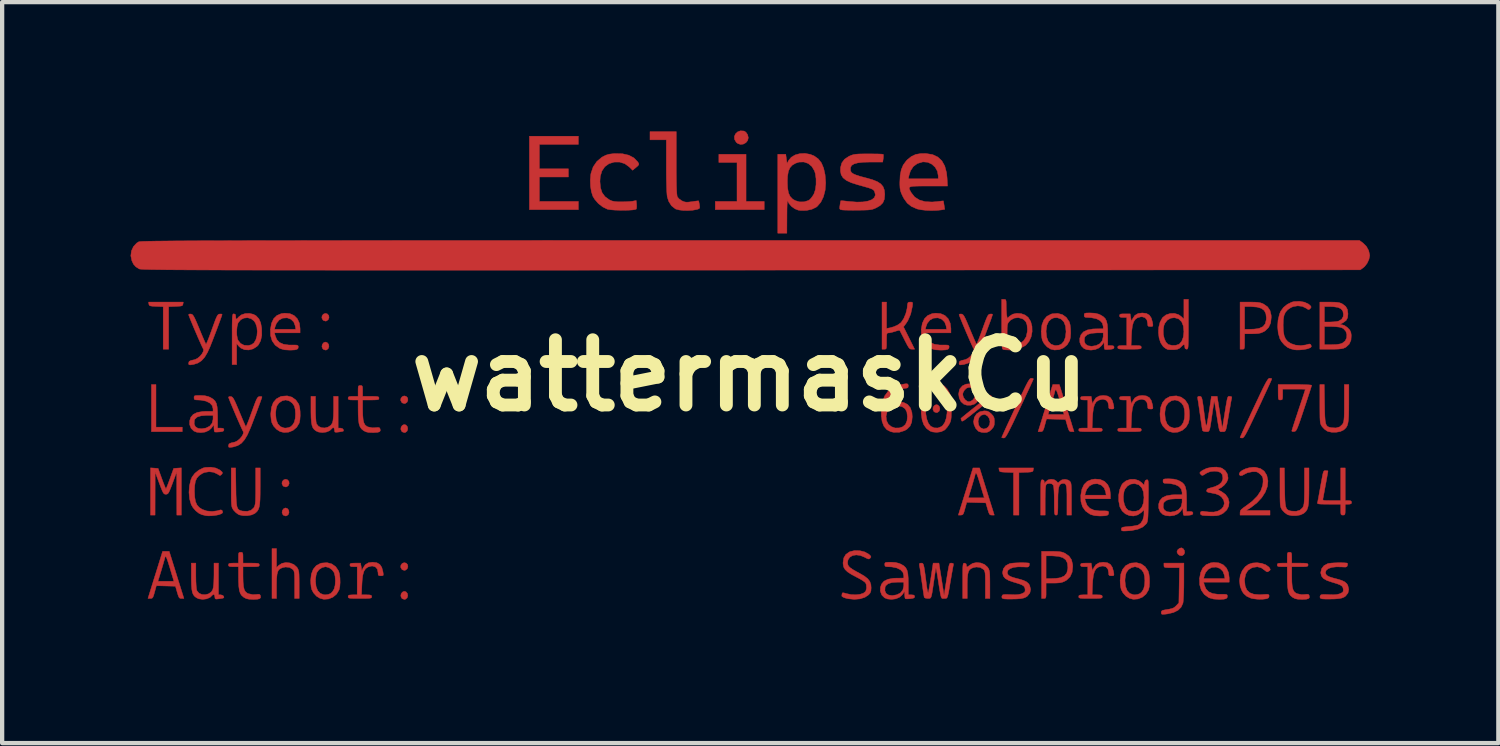
<source format=kicad_pcb>
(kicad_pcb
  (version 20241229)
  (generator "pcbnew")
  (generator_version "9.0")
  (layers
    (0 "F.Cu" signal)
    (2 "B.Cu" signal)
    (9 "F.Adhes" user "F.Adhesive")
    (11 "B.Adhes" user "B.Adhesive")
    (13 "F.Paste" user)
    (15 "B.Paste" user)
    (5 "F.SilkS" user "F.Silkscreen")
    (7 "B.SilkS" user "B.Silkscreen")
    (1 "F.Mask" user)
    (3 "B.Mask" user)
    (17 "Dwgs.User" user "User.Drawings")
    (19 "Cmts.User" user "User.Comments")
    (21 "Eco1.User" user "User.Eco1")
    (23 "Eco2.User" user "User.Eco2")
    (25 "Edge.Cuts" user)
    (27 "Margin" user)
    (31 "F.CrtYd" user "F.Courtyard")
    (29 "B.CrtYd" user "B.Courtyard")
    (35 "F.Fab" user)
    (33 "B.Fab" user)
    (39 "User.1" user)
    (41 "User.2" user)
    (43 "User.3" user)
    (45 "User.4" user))
  (footprint "wattermaskCu"
    (layer "F.Cu")
    (at 14.456 5.718)
    (property "Reference" "wattermaskCu" (at 0 0 0) (layer "F.SilkS") (effects (font (size 1.524 1.524) (thickness 0.3))))
    (attr through_hole)
    (fp_poly (pts (xy -13.864 1.206) (xy -13.25 1.206) (xy -13.25 1.312) (xy -13.97 1.312) (xy -13.97 0.212) (xy -13.864 0.212) (xy -13.864 1.206)) (stroke (width 0.01) (type solid)) (fill yes) (layer "F.Cu"))
    (fp_poly (pts (xy -0.085 -4.064) (xy 0.339 -4.064) (xy 0.339 -3.873) (xy -0.804 -3.873) (xy -0.804 -4.064) (xy -0.296 -4.064) (xy -0.296 -4.974) (xy -0.72 -4.974) (xy -0.72 -5.165) (xy -0.085 -5.165) (xy -0.085 -4.064)) (stroke (width 0.01) (type solid)) (fill yes) (layer "F.Cu"))
    (fp_poly (pts (xy 10.125 4.046) (xy 10.151 4.087) (xy 10.157 4.137) (xy 10.138 4.182) (xy 10.092 4.21) (xy 10.038 4.2) (xy 10 4.169) (xy 9.976 4.12) (xy 9.994 4.072) (xy 10.04 4.034) (xy 10.085 4.024) (xy 10.125 4.046)) (stroke (width 0.01) (type solid)) (fill yes) (layer "F.Cu"))
    (fp_poly (pts (xy -10.8 3.103) (xy -10.765 3.145) (xy -10.757 3.197) (xy -10.773 3.245) (xy -10.811 3.276) (xy -10.837 3.281) (xy -10.882 3.266) (xy -10.9 3.25) (xy -10.92 3.202) (xy -10.912 3.152) (xy -10.884 3.112) (xy -10.843 3.093) (xy -10.8 3.103)) (stroke (width 0.01) (type solid)) (fill yes) (layer "F.Cu"))
    (fp_poly (pts (xy -10.795 2.434) (xy -10.76 2.472) (xy -10.754 2.522) (xy -10.773 2.57) (xy -10.813 2.6) (xy -10.837 2.603) (xy -10.882 2.589) (xy -10.897 2.578) (xy -10.922 2.53) (xy -10.917 2.48) (xy -10.887 2.441) (xy -10.841 2.423) (xy -10.795 2.434)) (stroke (width 0.01) (type solid)) (fill yes) (layer "F.Cu"))
    (fp_poly (pts (xy -9.869 -0.77) (xy -9.833 -0.729) (xy -9.825 -0.677) (xy -9.842 -0.628) (xy -9.88 -0.597) (xy -9.906 -0.593) (xy -9.951 -0.608) (xy -9.969 -0.623) (xy -9.989 -0.672) (xy -9.981 -0.722) (xy -9.953 -0.762) (xy -9.912 -0.781) (xy -9.869 -0.77)) (stroke (width 0.01) (type solid)) (fill yes) (layer "F.Cu"))
    (fp_poly (pts (xy -9.864 -1.439) (xy -9.829 -1.401) (xy -9.823 -1.351) (xy -9.842 -1.304) (xy -9.882 -1.274) (xy -9.906 -1.27) (xy -9.95 -1.284) (xy -9.965 -1.295) (xy -9.991 -1.344) (xy -9.985 -1.393) (xy -9.956 -1.432) (xy -9.91 -1.45) (xy -9.864 -1.439)) (stroke (width 0.01) (type solid)) (fill yes) (layer "F.Cu"))
    (fp_poly (pts (xy -8.027 1.156) (xy -7.992 1.197) (xy -7.984 1.249) (xy -8 1.298) (xy -8.038 1.329) (xy -8.065 1.333) (xy -8.109 1.318) (xy -8.127 1.303) (xy -8.147 1.254) (xy -8.139 1.204) (xy -8.111 1.164) (xy -8.07 1.145) (xy -8.027 1.156)) (stroke (width 0.01) (type solid)) (fill yes) (layer "F.Cu"))
    (fp_poly (pts (xy -8.027 5.051) (xy -7.992 5.092) (xy -7.984 5.144) (xy -8 5.193) (xy -8.038 5.224) (xy -8.065 5.228) (xy -8.109 5.213) (xy -8.127 5.198) (xy -8.147 5.149) (xy -8.139 5.099) (xy -8.111 5.059) (xy -8.07 5.04) (xy -8.027 5.051)) (stroke (width 0.01) (type solid)) (fill yes) (layer "F.Cu"))
    (fp_poly (pts (xy -8.022 0.487) (xy -7.987 0.525) (xy -7.981 0.575) (xy -8 0.623) (xy -8.041 0.652) (xy -8.065 0.656) (xy -8.109 0.642) (xy -8.124 0.631) (xy -8.15 0.582) (xy -8.144 0.533) (xy -8.114 0.494) (xy -8.069 0.476) (xy -8.022 0.487)) (stroke (width 0.01) (type solid)) (fill yes) (layer "F.Cu"))
    (fp_poly (pts (xy -8.022 4.381) (xy -7.987 4.42) (xy -7.981 4.47) (xy -8 4.517) (xy -8.041 4.547) (xy -8.065 4.551) (xy -8.109 4.537) (xy -8.124 4.525) (xy -8.15 4.477) (xy -8.144 4.428) (xy -8.114 4.388) (xy -8.069 4.371) (xy -8.022 4.381)) (stroke (width 0.01) (type solid)) (fill yes) (layer "F.Cu"))
    (fp_poly (pts (xy -4 -5.397) (xy -4.911 -5.397) (xy -4.911 -4.826) (xy -4.233 -4.826) (xy -4.233 -4.636) (xy -4.911 -4.636) (xy -4.911 -4.064) (xy -4 -4.064) (xy -4 -3.873) (xy -5.144 -3.873) (xy -5.144 -5.588) (xy -4 -5.588) (xy -4 -5.397)) (stroke (width 0.01) (type solid)) (fill yes) (layer "F.Cu"))
    (fp_poly (pts (xy 4.397 0.69) (xy 4.433 0.732) (xy 4.441 0.784) (xy 4.425 0.832) (xy 4.386 0.863) (xy 4.36 0.868) (xy 4.316 0.853) (xy 4.298 0.837) (xy 4.278 0.789) (xy 4.285 0.739) (xy 4.314 0.699) (xy 4.355 0.68) (xy 4.397 0.69)) (stroke (width 0.01) (type solid)) (fill yes) (layer "F.Cu"))
    (fp_poly (pts (xy -0.139 -5.709) (xy -0.117 -5.702) (xy -0.084 -5.675) (xy -0.052 -5.628) (xy -0.05 -5.626) (xy -0.032 -5.553) (xy -0.047 -5.489) (xy -0.088 -5.437) (xy -0.146 -5.404) (xy -0.212 -5.395) (xy -0.278 -5.417) (xy -0.314 -5.446) (xy -0.353 -5.513) (xy -0.358 -5.58) (xy -0.332 -5.641) (xy -0.283 -5.688) (xy -0.217 -5.713) (xy -0.139 -5.709)) (stroke (width 0.01) (type solid)) (fill yes) (layer "F.Cu"))
    (fp_poly (pts (xy -13.233 -1.667) (xy -13.24 -1.643) (xy -13.258 -1.628) (xy -13.295 -1.62) (xy -13.363 -1.615) (xy -13.404 -1.613) (xy -13.568 -1.607) (xy -13.568 -0.614) (xy -13.695 -0.614) (xy -13.695 -1.607) (xy -13.859 -1.613) (xy -13.942 -1.617) (xy -13.991 -1.624) (xy -14.017 -1.635) (xy -14.027 -1.655) (xy -14.03 -1.667) (xy -14.036 -1.714) (xy -13.226 -1.714) (xy -13.233 -1.667)) (stroke (width 0.01) (type solid)) (fill yes) (layer "F.Cu"))
    (fp_poly (pts (xy 6.621 2.207) (xy 6.615 2.231) (xy 6.597 2.246) (xy 6.559 2.254) (xy 6.492 2.259) (xy 6.451 2.26) (xy 6.287 2.267) (xy 6.287 3.26) (xy 6.16 3.26) (xy 6.16 2.267) (xy 5.995 2.26) (xy 5.913 2.256) (xy 5.863 2.25) (xy 5.837 2.238) (xy 5.827 2.219) (xy 5.825 2.207) (xy 5.818 2.159) (xy 6.628 2.159) (xy 6.621 2.207)) (stroke (width 0.01) (type solid)) (fill yes) (layer "F.Cu"))
    (fp_poly (pts (xy 5.641 0.478) (xy 5.645 0.485) (xy 5.651 0.501) (xy 5.645 0.52) (xy 5.624 0.547) (xy 5.584 0.586) (xy 5.522 0.639) (xy 5.433 0.712) (xy 5.338 0.788) (xy 5.217 0.884) (xy 5.125 0.957) (xy 5.057 1.009) (xy 5.011 1.043) (xy 4.981 1.061) (xy 4.963 1.067) (xy 4.953 1.064) (xy 4.947 1.053) (xy 4.945 1.046) (xy 4.933 1.012) (xy 4.932 1.004) (xy 4.948 0.989) (xy 4.992 0.952) (xy 5.059 0.897) (xy 5.143 0.829) (xy 5.241 0.751) (xy 5.244 0.749) (xy 5.345 0.669) (xy 5.435 0.597) (xy 5.51 0.538) (xy 5.563 0.495) (xy 5.589 0.474) (xy 5.618 0.458) (xy 5.641 0.478)) (stroke (width 0.01) (type solid)) (fill yes) (layer "F.Cu"))
    (fp_poly (pts (xy 10.139 4.81) (xy 10.138 4.946) (xy 10.135 5.072) (xy 10.13 5.181) (xy 10.124 5.264) (xy 10.118 5.314) (xy 10.117 5.317) (xy 10.074 5.411) (xy 10.002 5.482) (xy 9.897 5.534) (xy 9.757 5.567) (xy 9.7 5.574) (xy 9.643 5.578) (xy 9.617 5.57) (xy 9.61 5.546) (xy 9.61 5.535) (xy 9.616 5.503) (xy 9.643 5.484) (xy 9.7 5.472) (xy 9.794 5.457) (xy 9.858 5.442) (xy 9.901 5.425) (xy 9.936 5.399) (xy 9.961 5.374) (xy 10.022 5.31) (xy 10.029 4.899) (xy 10.036 4.487) (xy 9.855 4.487) (xy 9.767 4.487) (xy 9.713 4.484) (xy 9.686 4.476) (xy 9.675 4.46) (xy 9.673 4.435) (xy 9.673 4.381) (xy 10.139 4.381) (xy 10.139 4.81)) (stroke (width 0.01) (type solid)) (fill yes) (layer "F.Cu"))
    (fp_poly (pts (xy -13.271 3.26) (xy -13.377 3.26) (xy -13.379 2.757) (xy -13.38 2.254) (xy -13.477 2.514) (xy -13.517 2.619) (xy -13.547 2.692) (xy -13.569 2.737) (xy -13.589 2.761) (xy -13.61 2.771) (xy -13.632 2.773) (xy -13.657 2.771) (xy -13.677 2.76) (xy -13.697 2.733) (xy -13.72 2.686) (xy -13.75 2.611) (xy -13.787 2.514) (xy -13.883 2.254) (xy -13.884 2.757) (xy -13.885 3.26) (xy -13.991 3.26) (xy -13.991 2.157) (xy -13.903 2.163) (xy -13.814 2.17) (xy -13.728 2.408) (xy -13.694 2.5) (xy -13.664 2.575) (xy -13.642 2.627) (xy -13.631 2.646) (xy -13.631 2.646) (xy -13.621 2.627) (xy -13.599 2.576) (xy -13.57 2.5) (xy -13.536 2.408) (xy -13.536 2.408) (xy -13.451 2.17) (xy -13.361 2.163) (xy -13.271 2.157) (xy -13.271 3.26)) (stroke (width 0.01) (type solid)) (fill yes) (layer "F.Cu"))
    (fp_poly (pts (xy 6.614 0.069) (xy 6.625 0.079) (xy 6.617 0.102) (xy 6.592 0.158) (xy 6.553 0.243) (xy 6.502 0.353) (xy 6.441 0.484) (xy 6.373 0.632) (xy 6.304 0.778) (xy 6.218 0.959) (xy 6.149 1.106) (xy 6.092 1.221) (xy 6.048 1.309) (xy 6.014 1.372) (xy 5.987 1.416) (xy 5.967 1.443) (xy 5.95 1.456) (xy 5.935 1.46) (xy 5.933 1.46) (xy 5.896 1.455) (xy 5.884 1.446) (xy 5.893 1.425) (xy 5.918 1.369) (xy 5.956 1.284) (xy 6.007 1.173) (xy 6.068 1.043) (xy 6.136 0.895) (xy 6.205 0.748) (xy 6.291 0.566) (xy 6.361 0.42) (xy 6.417 0.304) (xy 6.461 0.216) (xy 6.495 0.152) (xy 6.522 0.109) (xy 6.542 0.082) (xy 6.559 0.068) (xy 6.574 0.064) (xy 6.576 0.064) (xy 6.614 0.069)) (stroke (width 0.01) (type solid)) (fill yes) (layer "F.Cu"))
    (fp_poly (pts (xy 12.181 0.069) (xy 12.192 0.079) (xy 12.183 0.102) (xy 12.159 0.158) (xy 12.12 0.243) (xy 12.069 0.353) (xy 12.008 0.484) (xy 11.94 0.632) (xy 11.871 0.778) (xy 11.785 0.959) (xy 11.715 1.106) (xy 11.659 1.221) (xy 11.615 1.309) (xy 11.581 1.372) (xy 11.554 1.416) (xy 11.533 1.443) (xy 11.517 1.456) (xy 11.502 1.46) (xy 11.5 1.46) (xy 11.462 1.455) (xy 11.451 1.446) (xy 11.46 1.425) (xy 11.485 1.369) (xy 11.523 1.284) (xy 11.574 1.173) (xy 11.635 1.043) (xy 11.703 0.895) (xy 11.772 0.748) (xy 11.858 0.566) (xy 11.927 0.42) (xy 11.983 0.304) (xy 12.028 0.216) (xy 12.062 0.152) (xy 12.089 0.109) (xy 12.109 0.082) (xy 12.126 0.068) (xy 12.141 0.064) (xy 12.143 0.064) (xy 12.181 0.069)) (stroke (width 0.01) (type solid)) (fill yes) (layer "F.Cu"))
    (fp_poly (pts (xy -11.049 4.485) (xy -10.999 4.436) (xy -10.923 4.387) (xy -10.83 4.368) (xy -10.733 4.378) (xy -10.643 4.415) (xy -10.574 4.477) (xy -10.568 4.485) (xy -10.55 4.515) (xy -10.537 4.547) (xy -10.528 4.588) (xy -10.523 4.646) (xy -10.521 4.729) (xy -10.52 4.845) (xy -10.52 4.882) (xy -10.52 5.207) (xy -10.626 5.207) (xy -10.626 4.889) (xy -10.626 4.766) (xy -10.628 4.677) (xy -10.632 4.616) (xy -10.64 4.576) (xy -10.651 4.55) (xy -10.667 4.53) (xy -10.667 4.53) (xy -10.744 4.482) (xy -10.837 4.472) (xy -10.903 4.485) (xy -10.955 4.506) (xy -10.994 4.535) (xy -11.02 4.58) (xy -11.037 4.647) (xy -11.046 4.741) (xy -11.049 4.869) (xy -11.049 4.92) (xy -11.049 5.207) (xy -11.155 5.207) (xy -11.155 4.043) (xy -11.049 4.043) (xy -11.049 4.485)) (stroke (width 0.01) (type solid)) (fill yes) (layer "F.Cu"))
    (fp_poly (pts (xy 5.235 0.217) (xy 5.264 0.232) (xy 5.326 0.292) (xy 5.36 0.373) (xy 5.367 0.462) (xy 5.347 0.55) (xy 5.302 0.625) (xy 5.246 0.669) (xy 5.162 0.694) (xy 5.07 0.693) (xy 5 0.67) (xy 4.934 0.611) (xy 4.893 0.528) (xy 4.881 0.445) (xy 4.974 0.445) (xy 4.991 0.509) (xy 5.032 0.567) (xy 5.086 0.606) (xy 5.122 0.614) (xy 5.167 0.599) (xy 5.216 0.565) (xy 5.219 0.562) (xy 5.262 0.494) (xy 5.271 0.445) (xy 5.254 0.38) (xy 5.213 0.322) (xy 5.159 0.283) (xy 5.122 0.275) (xy 5.066 0.294) (xy 5.015 0.341) (xy 4.981 0.403) (xy 4.974 0.445) (xy 4.881 0.445) (xy 4.879 0.433) (xy 4.896 0.338) (xy 4.91 0.308) (xy 4.968 0.241) (xy 5.049 0.202) (xy 5.141 0.193) (xy 5.235 0.217)) (stroke (width 0.01) (type solid)) (fill yes) (layer "F.Cu"))
    (fp_poly (pts (xy 5.545 0.831) (xy 5.595 0.855) (xy 5.643 0.897) (xy 5.687 0.947) (xy 5.708 0.994) (xy 5.715 1.056) (xy 5.715 1.079) (xy 5.711 1.151) (xy 5.695 1.2) (xy 5.658 1.246) (xy 5.643 1.262) (xy 5.589 1.308) (xy 5.537 1.329) (xy 5.478 1.333) (xy 5.409 1.326) (xy 5.35 1.307) (xy 5.339 1.3) (xy 5.278 1.236) (xy 5.239 1.149) (xy 5.228 1.079) (xy 5.334 1.079) (xy 5.349 1.162) (xy 5.391 1.22) (xy 5.454 1.248) (xy 5.472 1.249) (xy 5.526 1.234) (xy 5.567 1.206) (xy 5.603 1.146) (xy 5.612 1.075) (xy 5.595 1.005) (xy 5.557 0.948) (xy 5.502 0.914) (xy 5.472 0.91) (xy 5.405 0.929) (xy 5.357 0.981) (xy 5.335 1.058) (xy 5.334 1.079) (xy 5.228 1.079) (xy 5.246 0.977) (xy 5.298 0.897) (xy 5.376 0.845) (xy 5.477 0.826) (xy 5.478 0.826) (xy 5.545 0.831)) (stroke (width 0.01) (type solid)) (fill yes) (layer "F.Cu"))
    (fp_poly (pts (xy -1.714 -4.958) (xy -1.714 -4.743) (xy -1.712 -4.567) (xy -1.71 -4.428) (xy -1.706 -4.321) (xy -1.701 -4.244) (xy -1.695 -4.194) (xy -1.688 -4.17) (xy -1.652 -4.127) (xy -1.596 -4.086) (xy -1.579 -4.077) (xy -1.53 -4.056) (xy -1.484 -4.047) (xy -1.427 -4.049) (xy -1.347 -4.059) (xy -1.273 -4.07) (xy -1.218 -4.077) (xy -1.193 -4.078) (xy -1.192 -4.078) (xy -1.186 -4.056) (xy -1.177 -4.007) (xy -1.173 -3.985) (xy -1.166 -3.93) (xy -1.175 -3.901) (xy -1.209 -3.884) (xy -1.241 -3.875) (xy -1.333 -3.859) (xy -1.44 -3.852) (xy -1.551 -3.854) (xy -1.65 -3.866) (xy -1.725 -3.886) (xy -1.736 -3.892) (xy -1.826 -3.963) (xy -1.892 -4.068) (xy -1.925 -4.172) (xy -1.931 -4.224) (xy -1.937 -4.313) (xy -1.941 -4.433) (xy -1.945 -4.579) (xy -1.947 -4.745) (xy -1.947 -4.891) (xy -1.947 -5.503) (xy -2.328 -5.503) (xy -2.328 -5.694) (xy -1.714 -5.694) (xy -1.714 -4.958)) (stroke (width 0.01) (type solid)) (fill yes) (layer "F.Cu"))
    (fp_poly (pts (xy 11.815 2.145) (xy 11.928 2.174) (xy 12.013 2.233) (xy 12.071 2.324) (xy 12.077 2.339) (xy 12.102 2.462) (xy 12.089 2.591) (xy 12.04 2.723) (xy 11.958 2.851) (xy 11.846 2.972) (xy 11.706 3.081) (xy 11.692 3.09) (xy 11.591 3.154) (xy 12.15 3.154) (xy 12.15 3.26) (xy 11.451 3.26) (xy 11.451 3.199) (xy 11.457 3.161) (xy 11.481 3.127) (xy 11.531 3.087) (xy 11.57 3.06) (xy 11.733 2.938) (xy 11.854 2.816) (xy 11.936 2.691) (xy 11.98 2.562) (xy 11.988 2.48) (xy 11.986 2.41) (xy 11.974 2.364) (xy 11.943 2.326) (xy 11.918 2.302) (xy 11.872 2.265) (xy 11.83 2.248) (xy 11.774 2.246) (xy 11.733 2.248) (xy 11.625 2.27) (xy 11.555 2.305) (xy 11.498 2.336) (xy 11.454 2.338) (xy 11.431 2.312) (xy 11.43 2.299) (xy 11.45 2.256) (xy 11.502 2.215) (xy 11.576 2.18) (xy 11.664 2.154) (xy 11.755 2.143) (xy 11.815 2.145)) (stroke (width 0.01) (type solid)) (fill yes) (layer "F.Cu"))
    (fp_poly (pts (xy 7.152 4.108) (xy 7.23 4.113) (xy 7.288 4.123) (xy 7.337 4.14) (xy 7.366 4.154) (xy 7.457 4.218) (xy 7.515 4.303) (xy 7.541 4.414) (xy 7.544 4.463) (xy 7.529 4.594) (xy 7.482 4.699) (xy 7.401 4.778) (xy 7.366 4.799) (xy 7.308 4.825) (xy 7.246 4.84) (xy 7.165 4.846) (xy 7.098 4.847) (xy 6.921 4.847) (xy 6.921 5.027) (xy 6.921 5.114) (xy 6.918 5.167) (xy 6.91 5.195) (xy 6.894 5.205) (xy 6.869 5.207) (xy 6.816 5.207) (xy 6.816 4.741) (xy 6.921 4.741) (xy 7.054 4.741) (xy 7.14 4.738) (xy 7.221 4.728) (xy 7.264 4.719) (xy 7.35 4.679) (xy 7.404 4.612) (xy 7.428 4.516) (xy 7.429 4.477) (xy 7.418 4.378) (xy 7.38 4.304) (xy 7.314 4.254) (xy 7.215 4.224) (xy 7.081 4.213) (xy 7.054 4.212) (xy 6.921 4.212) (xy 6.921 4.741) (xy 6.816 4.741) (xy 6.816 4.106) (xy 7.044 4.106) (xy 7.152 4.108)) (stroke (width 0.01) (type solid)) (fill yes) (layer "F.Cu"))
    (fp_poly (pts (xy 11.788 -1.713) (xy 11.865 -1.708) (xy 11.923 -1.698) (xy 11.973 -1.681) (xy 12.002 -1.667) (xy 12.093 -1.603) (xy 12.15 -1.518) (xy 12.177 -1.407) (xy 12.179 -1.357) (xy 12.165 -1.226) (xy 12.117 -1.122) (xy 12.037 -1.043) (xy 12.002 -1.022) (xy 11.943 -0.996) (xy 11.881 -0.981) (xy 11.801 -0.975) (xy 11.734 -0.974) (xy 11.557 -0.974) (xy 11.557 -0.794) (xy 11.557 -0.707) (xy 11.553 -0.653) (xy 11.545 -0.626) (xy 11.53 -0.615) (xy 11.504 -0.614) (xy 11.451 -0.614) (xy 11.451 -1.079) (xy 11.557 -1.079) (xy 11.689 -1.08) (xy 11.775 -1.083) (xy 11.857 -1.093) (xy 11.9 -1.102) (xy 11.986 -1.142) (xy 12.039 -1.209) (xy 12.063 -1.305) (xy 12.065 -1.344) (xy 12.053 -1.443) (xy 12.016 -1.517) (xy 11.949 -1.567) (xy 11.85 -1.597) (xy 11.716 -1.608) (xy 11.689 -1.609) (xy 11.557 -1.609) (xy 11.557 -1.079) (xy 11.451 -1.079) (xy 11.451 -1.714) (xy 11.68 -1.714) (xy 11.788 -1.713)) (stroke (width 0.01) (type solid)) (fill yes) (layer "F.Cu"))
    (fp_poly (pts (xy 11.955 4.387) (xy 12.051 4.421) (xy 12.123 4.473) (xy 12.137 4.491) (xy 12.157 4.527) (xy 12.148 4.551) (xy 12.126 4.567) (xy 12.091 4.586) (xy 12.061 4.576) (xy 12.037 4.556) (xy 11.946 4.491) (xy 11.854 4.467) (xy 11.754 4.482) (xy 11.716 4.497) (xy 11.634 4.552) (xy 11.582 4.638) (xy 11.558 4.754) (xy 11.557 4.794) (xy 11.57 4.917) (xy 11.609 5.009) (xy 11.677 5.072) (xy 11.775 5.108) (xy 11.906 5.119) (xy 11.964 5.116) (xy 12.047 5.111) (xy 12.096 5.111) (xy 12.12 5.119) (xy 12.128 5.135) (xy 12.129 5.153) (xy 12.118 5.191) (xy 12.078 5.211) (xy 12.062 5.215) (xy 11.965 5.226) (xy 11.856 5.224) (xy 11.754 5.212) (xy 11.704 5.2) (xy 11.607 5.156) (xy 11.537 5.094) (xy 11.498 5.037) (xy 11.452 4.919) (xy 11.438 4.794) (xy 11.455 4.67) (xy 11.501 4.557) (xy 11.573 4.464) (xy 11.649 4.409) (xy 11.742 4.379) (xy 11.848 4.372) (xy 11.955 4.387)) (stroke (width 0.01) (type solid)) (fill yes) (layer "F.Cu"))
    (fp_poly (pts (xy -12.933 4.677) (xy -12.931 4.798) (xy -12.926 4.901) (xy -12.919 4.979) (xy -12.91 5.023) (xy -12.909 5.024) (xy -12.862 5.082) (xy -12.794 5.113) (xy -12.716 5.119) (xy -12.639 5.1) (xy -12.574 5.057) (xy -12.539 5.004) (xy -12.524 4.943) (xy -12.514 4.846) (xy -12.51 4.71) (xy -12.509 4.657) (xy -12.509 4.381) (xy -12.404 4.381) (xy -12.404 5.122) (xy -12.35 5.122) (xy -12.305 5.134) (xy -12.284 5.155) (xy -12.277 5.18) (xy -12.285 5.194) (xy -12.317 5.204) (xy -12.382 5.213) (xy -12.388 5.214) (xy -12.448 5.221) (xy -12.478 5.216) (xy -12.487 5.197) (xy -12.488 5.176) (xy -12.497 5.129) (xy -12.518 5.11) (xy -12.543 5.125) (xy -12.545 5.128) (xy -12.601 5.182) (xy -12.681 5.216) (xy -12.773 5.228) (xy -12.864 5.215) (xy -12.917 5.191) (xy -12.96 5.159) (xy -12.992 5.118) (xy -13.014 5.064) (xy -13.028 4.988) (xy -13.036 4.885) (xy -13.039 4.748) (xy -13.039 4.701) (xy -13.039 4.381) (xy -12.933 4.381) (xy -12.933 4.677)) (stroke (width 0.01) (type solid)) (fill yes) (layer "F.Cu"))
    (fp_poly (pts (xy -10.139 0.782) (xy -10.137 0.903) (xy -10.132 1.006) (xy -10.125 1.084) (xy -10.116 1.128) (xy -10.115 1.129) (xy -10.068 1.187) (xy -10 1.219) (xy -9.922 1.225) (xy -9.845 1.205) (xy -9.78 1.162) (xy -9.745 1.109) (xy -9.73 1.048) (xy -9.72 0.951) (xy -9.716 0.815) (xy -9.716 0.763) (xy -9.716 0.487) (xy -9.61 0.487) (xy -9.61 1.228) (xy -9.556 1.228) (xy -9.511 1.239) (xy -9.49 1.26) (xy -9.483 1.285) (xy -9.491 1.3) (xy -9.523 1.309) (xy -9.588 1.319) (xy -9.594 1.32) (xy -9.654 1.326) (xy -9.684 1.322) (xy -9.693 1.303) (xy -9.694 1.281) (xy -9.703 1.234) (xy -9.724 1.215) (xy -9.749 1.23) (xy -9.751 1.234) (xy -9.807 1.288) (xy -9.887 1.321) (xy -9.979 1.333) (xy -10.07 1.32) (xy -10.123 1.296) (xy -10.166 1.264) (xy -10.198 1.224) (xy -10.22 1.169) (xy -10.234 1.093) (xy -10.242 0.99) (xy -10.245 0.853) (xy -10.245 0.806) (xy -10.245 0.487) (xy -10.139 0.487) (xy -10.139 0.782)) (stroke (width 0.01) (type solid)) (fill yes) (layer "F.Cu"))
    (fp_poly (pts (xy -11.997 2.612) (xy -11.995 2.775) (xy -11.99 2.9) (xy -11.983 2.994) (xy -11.972 3.061) (xy -11.955 3.106) (xy -11.93 3.135) (xy -11.897 3.152) (xy -11.854 3.164) (xy -11.84 3.166) (xy -11.73 3.172) (xy -11.643 3.146) (xy -11.581 3.09) (xy -11.577 3.084) (xy -11.563 3.057) (xy -11.553 3.026) (xy -11.545 2.984) (xy -11.54 2.924) (xy -11.538 2.841) (xy -11.536 2.727) (xy -11.536 2.588) (xy -11.536 2.159) (xy -11.43 2.159) (xy -11.43 2.598) (xy -11.431 2.764) (xy -11.434 2.894) (xy -11.441 2.993) (xy -11.453 3.067) (xy -11.471 3.123) (xy -11.496 3.165) (xy -11.529 3.199) (xy -11.559 3.223) (xy -11.632 3.256) (xy -11.728 3.273) (xy -11.828 3.273) (xy -11.916 3.255) (xy -11.938 3.245) (xy -12 3.2) (xy -12.054 3.142) (xy -12.059 3.135) (xy -12.075 3.109) (xy -12.087 3.082) (xy -12.096 3.048) (xy -12.101 3.001) (xy -12.105 2.933) (xy -12.107 2.84) (xy -12.107 2.715) (xy -12.107 2.611) (xy -12.107 2.159) (xy -12.004 2.159) (xy -11.997 2.612)) (stroke (width 0.01) (type solid)) (fill yes) (layer "F.Cu"))
    (fp_poly (pts (xy -10.738 -1.445) (xy -10.638 -1.4) (xy -10.562 -1.324) (xy -10.514 -1.219) (xy -10.499 -1.096) (xy -10.499 -0.995) (xy -11.096 -0.995) (xy -11.082 -0.937) (xy -11.044 -0.84) (xy -10.981 -0.772) (xy -10.889 -0.73) (xy -10.764 -0.712) (xy -10.705 -0.711) (xy -10.623 -0.712) (xy -10.574 -0.709) (xy -10.55 -0.699) (xy -10.542 -0.682) (xy -10.541 -0.666) (xy -10.547 -0.632) (xy -10.572 -0.61) (xy -10.621 -0.598) (xy -10.702 -0.593) (xy -10.749 -0.593) (xy -10.864 -0.6) (xy -10.955 -0.626) (xy -10.98 -0.637) (xy -11.081 -0.709) (xy -11.151 -0.809) (xy -11.188 -0.932) (xy -11.192 -1.078) (xy -11.192 -1.079) (xy -11.096 -1.079) (xy -10.599 -1.079) (xy -10.612 -1.158) (xy -10.646 -1.248) (xy -10.711 -1.313) (xy -10.8 -1.346) (xy -10.808 -1.346) (xy -10.906 -1.339) (xy -10.989 -1.294) (xy -11.051 -1.218) (xy -11.082 -1.138) (xy -11.096 -1.079) (xy -11.192 -1.079) (xy -11.191 -1.08) (xy -11.165 -1.221) (xy -11.115 -1.328) (xy -11.039 -1.402) (xy -10.936 -1.445) (xy -10.86 -1.455) (xy -10.738 -1.445)) (stroke (width 0.01) (type solid)) (fill yes) (layer "F.Cu"))
    (fp_poly (pts (xy 4.459 -1.445) (xy 4.56 -1.4) (xy 4.636 -1.324) (xy 4.683 -1.219) (xy 4.699 -1.096) (xy 4.699 -0.995) (xy 4.102 -0.995) (xy 4.116 -0.937) (xy 4.154 -0.84) (xy 4.217 -0.772) (xy 4.309 -0.73) (xy 4.433 -0.712) (xy 4.493 -0.711) (xy 4.575 -0.712) (xy 4.624 -0.709) (xy 4.648 -0.699) (xy 4.656 -0.682) (xy 4.657 -0.666) (xy 4.65 -0.632) (xy 4.626 -0.61) (xy 4.577 -0.598) (xy 4.496 -0.593) (xy 4.449 -0.593) (xy 4.334 -0.6) (xy 4.242 -0.626) (xy 4.217 -0.637) (xy 4.117 -0.709) (xy 4.047 -0.809) (xy 4.01 -0.932) (xy 4.006 -1.078) (xy 4.006 -1.079) (xy 4.102 -1.079) (xy 4.599 -1.079) (xy 4.586 -1.158) (xy 4.552 -1.248) (xy 4.487 -1.313) (xy 4.397 -1.346) (xy 4.39 -1.346) (xy 4.292 -1.339) (xy 4.209 -1.294) (xy 4.146 -1.218) (xy 4.116 -1.138) (xy 4.102 -1.079) (xy 4.006 -1.079) (xy 4.006 -1.08) (xy 4.032 -1.221) (xy 4.083 -1.328) (xy 4.159 -1.402) (xy 4.261 -1.445) (xy 4.338 -1.455) (xy 4.459 -1.445)) (stroke (width 0.01) (type solid)) (fill yes) (layer "F.Cu"))
    (fp_poly (pts (xy 5.396 4.378) (xy 5.485 4.414) (xy 5.555 4.476) (xy 5.561 4.485) (xy 5.579 4.515) (xy 5.592 4.547) (xy 5.601 4.588) (xy 5.606 4.646) (xy 5.608 4.729) (xy 5.609 4.845) (xy 5.609 4.882) (xy 5.609 5.207) (xy 5.503 5.207) (xy 5.503 4.889) (xy 5.503 4.766) (xy 5.501 4.677) (xy 5.497 4.616) (xy 5.489 4.576) (xy 5.478 4.55) (xy 5.462 4.53) (xy 5.462 4.53) (xy 5.385 4.482) (xy 5.292 4.472) (xy 5.226 4.485) (xy 5.174 4.506) (xy 5.135 4.535) (xy 5.109 4.58) (xy 5.092 4.647) (xy 5.083 4.741) (xy 5.08 4.869) (xy 5.08 4.92) (xy 5.08 5.207) (xy 4.974 5.207) (xy 4.974 4.794) (xy 4.974 4.653) (xy 4.975 4.548) (xy 4.977 4.474) (xy 4.981 4.426) (xy 4.988 4.398) (xy 4.997 4.385) (xy 5.01 4.382) (xy 5.016 4.381) (xy 5.052 4.397) (xy 5.059 4.42) (xy 5.066 4.463) (xy 5.089 4.468) (xy 5.13 4.435) (xy 5.131 4.435) (xy 5.207 4.386) (xy 5.299 4.368) (xy 5.396 4.378)) (stroke (width 0.01) (type solid)) (fill yes) (layer "F.Cu"))
    (fp_poly (pts (xy 5.492 2.556) (xy 5.534 2.691) (xy 5.575 2.824) (xy 5.613 2.944) (xy 5.644 3.043) (xy 5.664 3.106) (xy 5.712 3.26) (xy 5.654 3.26) (xy 5.622 3.256) (xy 5.6 3.24) (xy 5.582 3.202) (xy 5.56 3.134) (xy 5.555 3.117) (xy 5.514 2.974) (xy 5.068 2.962) (xy 5.027 3.111) (xy 5.005 3.188) (xy 4.987 3.233) (xy 4.967 3.253) (xy 4.939 3.259) (xy 4.929 3.26) (xy 4.872 3.26) (xy 4.919 3.106) (xy 4.941 3.036) (xy 4.972 2.935) (xy 4.997 2.857) (xy 5.105 2.857) (xy 5.478 2.857) (xy 5.451 2.768) (xy 5.432 2.706) (xy 5.406 2.619) (xy 5.377 2.522) (xy 5.366 2.487) (xy 5.333 2.382) (xy 5.309 2.315) (xy 5.291 2.283) (xy 5.277 2.282) (xy 5.266 2.31) (xy 5.263 2.322) (xy 5.252 2.365) (xy 5.231 2.439) (xy 5.204 2.531) (xy 5.178 2.619) (xy 5.105 2.857) (xy 4.997 2.857) (xy 5.01 2.814) (xy 5.052 2.68) (xy 5.091 2.556) (xy 5.214 2.159) (xy 5.368 2.159) (xy 5.492 2.556)) (stroke (width 0.01) (type solid)) (fill yes) (layer "F.Cu"))
    (fp_poly (pts (xy 7.355 0.609) (xy 7.397 0.744) (xy 7.438 0.876) (xy 7.476 0.997) (xy 7.507 1.095) (xy 7.526 1.159) (xy 7.574 1.312) (xy 7.516 1.312) (xy 7.485 1.309) (xy 7.463 1.293) (xy 7.444 1.255) (xy 7.422 1.187) (xy 7.417 1.169) (xy 7.376 1.027) (xy 6.931 1.015) (xy 6.89 1.163) (xy 6.868 1.241) (xy 6.849 1.285) (xy 6.829 1.306) (xy 6.802 1.312) (xy 6.792 1.312) (xy 6.734 1.312) (xy 6.782 1.159) (xy 6.804 1.089) (xy 6.835 0.988) (xy 6.859 0.91) (xy 6.968 0.91) (xy 7.341 0.91) (xy 7.313 0.82) (xy 7.295 0.758) (xy 7.269 0.672) (xy 7.239 0.575) (xy 7.229 0.54) (xy 7.196 0.435) (xy 7.171 0.368) (xy 7.153 0.336) (xy 7.14 0.335) (xy 7.129 0.363) (xy 7.126 0.374) (xy 7.115 0.418) (xy 7.094 0.492) (xy 7.067 0.584) (xy 7.041 0.672) (xy 6.968 0.91) (xy 6.859 0.91) (xy 6.873 0.866) (xy 6.914 0.733) (xy 6.953 0.609) (xy 7.077 0.212) (xy 7.231 0.212) (xy 7.355 0.609)) (stroke (width 0.01) (type solid)) (fill yes) (layer "F.Cu"))
    (fp_poly (pts (xy 8.185 2.428) (xy 8.285 2.473) (xy 8.361 2.55) (xy 8.409 2.654) (xy 8.424 2.777) (xy 8.424 2.879) (xy 7.827 2.879) (xy 7.841 2.937) (xy 7.879 3.033) (xy 7.942 3.101) (xy 8.034 3.143) (xy 8.159 3.161) (xy 8.218 3.162) (xy 8.3 3.162) (xy 8.349 3.165) (xy 8.373 3.174) (xy 8.381 3.192) (xy 8.382 3.207) (xy 8.376 3.242) (xy 8.351 3.264) (xy 8.302 3.276) (xy 8.221 3.28) (xy 8.174 3.281) (xy 8.059 3.273) (xy 7.968 3.248) (xy 7.943 3.236) (xy 7.842 3.164) (xy 7.772 3.065) (xy 7.735 2.941) (xy 7.731 2.796) (xy 7.731 2.794) (xy 7.827 2.794) (xy 8.324 2.794) (xy 8.311 2.716) (xy 8.277 2.625) (xy 8.212 2.561) (xy 8.123 2.528) (xy 8.115 2.527) (xy 8.017 2.535) (xy 7.934 2.579) (xy 7.872 2.655) (xy 7.841 2.736) (xy 7.827 2.794) (xy 7.731 2.794) (xy 7.732 2.794) (xy 7.758 2.652) (xy 7.808 2.546) (xy 7.884 2.471) (xy 7.987 2.429) (xy 8.063 2.418) (xy 8.185 2.428)) (stroke (width 0.01) (type solid)) (fill yes) (layer "F.Cu"))
    (fp_poly (pts (xy 10.958 4.376) (xy 11.058 4.421) (xy 11.134 4.497) (xy 11.181 4.602) (xy 11.197 4.725) (xy 11.197 4.826) (xy 10.6 4.826) (xy 10.614 4.884) (xy 10.652 4.98) (xy 10.715 5.049) (xy 10.807 5.091) (xy 10.931 5.109) (xy 10.991 5.109) (xy 11.073 5.109) (xy 11.122 5.112) (xy 11.146 5.121) (xy 11.154 5.139) (xy 11.155 5.155) (xy 11.148 5.189) (xy 11.124 5.211) (xy 11.075 5.223) (xy 10.994 5.228) (xy 10.947 5.228) (xy 10.832 5.22) (xy 10.741 5.195) (xy 10.715 5.184) (xy 10.615 5.112) (xy 10.545 5.012) (xy 10.508 4.888) (xy 10.504 4.743) (xy 10.504 4.741) (xy 10.6 4.741) (xy 11.097 4.741) (xy 11.084 4.663) (xy 11.05 4.573) (xy 10.985 4.508) (xy 10.896 4.475) (xy 10.888 4.474) (xy 10.79 4.482) (xy 10.707 4.526) (xy 10.644 4.603) (xy 10.614 4.683) (xy 10.6 4.741) (xy 10.504 4.741) (xy 10.504 4.741) (xy 10.531 4.6) (xy 10.581 4.493) (xy 10.657 4.419) (xy 10.759 4.376) (xy 10.836 4.365) (xy 10.958 4.376)) (stroke (width 0.01) (type solid)) (fill yes) (layer "F.Cu"))
    (fp_poly (pts (xy 12.492 2.612) (xy 12.495 2.775) (xy 12.499 2.9) (xy 12.506 2.994) (xy 12.518 3.061) (xy 12.535 3.106) (xy 12.559 3.135) (xy 12.592 3.152) (xy 12.636 3.164) (xy 12.65 3.166) (xy 12.759 3.172) (xy 12.847 3.146) (xy 12.909 3.09) (xy 12.913 3.084) (xy 12.927 3.057) (xy 12.937 3.026) (xy 12.945 2.984) (xy 12.949 2.924) (xy 12.952 2.841) (xy 12.954 2.727) (xy 12.954 2.588) (xy 12.954 2.159) (xy 13.06 2.159) (xy 13.06 2.598) (xy 13.059 2.764) (xy 13.056 2.894) (xy 13.049 2.993) (xy 13.037 3.067) (xy 13.019 3.123) (xy 12.994 3.165) (xy 12.961 3.199) (xy 12.931 3.223) (xy 12.858 3.256) (xy 12.762 3.273) (xy 12.662 3.273) (xy 12.574 3.255) (xy 12.552 3.245) (xy 12.49 3.2) (xy 12.436 3.142) (xy 12.431 3.135) (xy 12.415 3.109) (xy 12.403 3.082) (xy 12.394 3.048) (xy 12.388 3.001) (xy 12.385 2.933) (xy 12.383 2.84) (xy 12.383 2.715) (xy 12.383 2.611) (xy 12.383 2.159) (xy 12.486 2.159) (xy 12.492 2.612)) (stroke (width 0.01) (type solid)) (fill yes) (layer "F.Cu"))
    (fp_poly (pts (xy 13.424 0.665) (xy 13.427 0.827) (xy 13.431 0.953) (xy 13.438 1.047) (xy 13.449 1.114) (xy 13.466 1.159) (xy 13.491 1.188) (xy 13.524 1.205) (xy 13.567 1.216) (xy 13.581 1.219) (xy 13.691 1.225) (xy 13.779 1.199) (xy 13.84 1.142) (xy 13.844 1.137) (xy 13.858 1.11) (xy 13.869 1.079) (xy 13.876 1.036) (xy 13.881 0.977) (xy 13.884 0.893) (xy 13.885 0.78) (xy 13.885 0.64) (xy 13.885 0.212) (xy 13.991 0.212) (xy 13.991 0.651) (xy 13.99 0.817) (xy 13.987 0.947) (xy 13.98 1.046) (xy 13.968 1.12) (xy 13.951 1.175) (xy 13.926 1.217) (xy 13.892 1.252) (xy 13.862 1.276) (xy 13.789 1.309) (xy 13.693 1.326) (xy 13.593 1.326) (xy 13.506 1.307) (xy 13.484 1.298) (xy 13.421 1.253) (xy 13.367 1.195) (xy 13.362 1.187) (xy 13.346 1.162) (xy 13.334 1.135) (xy 13.325 1.101) (xy 13.32 1.053) (xy 13.316 0.986) (xy 13.315 0.893) (xy 13.314 0.768) (xy 13.314 0.664) (xy 13.314 0.212) (xy 13.417 0.212) (xy 13.424 0.665)) (stroke (width 0.01) (type solid)) (fill yes) (layer "F.Cu"))
    (fp_poly (pts (xy -13.431 4.503) (xy -13.389 4.638) (xy -13.348 4.771) (xy -13.31 4.891) (xy -13.279 4.99) (xy -13.259 5.054) (xy -13.211 5.207) (xy -13.269 5.207) (xy -13.301 5.204) (xy -13.323 5.187) (xy -13.341 5.15) (xy -13.363 5.081) (xy -13.368 5.064) (xy -13.409 4.921) (xy -13.632 4.915) (xy -13.855 4.909) (xy -13.896 5.058) (xy -13.918 5.135) (xy -13.936 5.18) (xy -13.956 5.201) (xy -13.984 5.207) (xy -13.994 5.207) (xy -14.051 5.207) (xy -14.004 5.054) (xy -13.982 4.984) (xy -13.951 4.883) (xy -13.926 4.805) (xy -13.818 4.805) (xy -13.445 4.805) (xy -13.472 4.715) (xy -13.491 4.653) (xy -13.517 4.566) (xy -13.546 4.47) (xy -13.557 4.434) (xy -13.59 4.33) (xy -13.614 4.263) (xy -13.632 4.23) (xy -13.646 4.23) (xy -13.657 4.258) (xy -13.66 4.269) (xy -13.671 4.313) (xy -13.692 4.386) (xy -13.719 4.479) (xy -13.745 4.567) (xy -13.818 4.805) (xy -13.926 4.805) (xy -13.913 4.761) (xy -13.871 4.628) (xy -13.832 4.503) (xy -13.709 4.106) (xy -13.555 4.106) (xy -13.431 4.503)) (stroke (width 0.01) (type solid)) (fill yes) (layer "F.Cu"))
    (fp_poly (pts (xy 7.302 -1.421) (xy 7.393 -1.356) (xy 7.461 -1.256) (xy 7.462 -1.256) (xy 7.482 -1.186) (xy 7.493 -1.092) (xy 7.496 -0.988) (xy 7.489 -0.89) (xy 7.473 -0.816) (xy 7.472 -0.815) (xy 7.414 -0.717) (xy 7.329 -0.645) (xy 7.227 -0.603) (xy 7.116 -0.595) (xy 7.027 -0.616) (xy 6.945 -0.668) (xy 6.874 -0.746) (xy 6.833 -0.824) (xy 6.82 -0.886) (xy 6.811 -0.97) (xy 6.809 -1.027) (xy 6.921 -1.027) (xy 6.934 -0.897) (xy 6.972 -0.798) (xy 7.034 -0.732) (xy 7.118 -0.701) (xy 7.154 -0.699) (xy 7.221 -0.708) (xy 7.278 -0.732) (xy 7.279 -0.733) (xy 7.337 -0.798) (xy 7.373 -0.896) (xy 7.387 -1.019) (xy 7.387 -1.027) (xy 7.375 -1.154) (xy 7.337 -1.251) (xy 7.276 -1.314) (xy 7.263 -1.322) (xy 7.179 -1.351) (xy 7.101 -1.345) (xy 7.046 -1.322) (xy 6.981 -1.264) (xy 6.939 -1.174) (xy 6.922 -1.051) (xy 6.921 -1.027) (xy 6.809 -1.027) (xy 6.809 -1.038) (xy 6.824 -1.181) (xy 6.868 -1.296) (xy 6.939 -1.381) (xy 7.037 -1.433) (xy 7.068 -1.441) (xy 7.192 -1.45) (xy 7.302 -1.421)) (stroke (width 0.01) (type solid)) (fill yes) (layer "F.Cu"))
    (fp_poly (pts (xy 12.855 0.212) (xy 12.963 0.215) (xy 13.048 0.218) (xy 13.103 0.223) (xy 13.123 0.228) (xy 13.117 0.252) (xy 13.099 0.31) (xy 13.071 0.397) (xy 13.034 0.509) (xy 12.992 0.638) (xy 12.947 0.773) (xy 12.894 0.932) (xy 12.852 1.056) (xy 12.819 1.149) (xy 12.793 1.215) (xy 12.773 1.26) (xy 12.755 1.287) (xy 12.74 1.301) (xy 12.723 1.307) (xy 12.714 1.308) (xy 12.673 1.308) (xy 12.658 1.297) (xy 12.664 1.273) (xy 12.682 1.214) (xy 12.71 1.127) (xy 12.746 1.017) (xy 12.788 0.891) (xy 12.816 0.804) (xy 12.861 0.671) (xy 12.901 0.551) (xy 12.934 0.451) (xy 12.958 0.376) (xy 12.972 0.333) (xy 12.975 0.323) (xy 12.955 0.321) (xy 12.901 0.319) (xy 12.821 0.318) (xy 12.722 0.318) (xy 12.711 0.318) (xy 12.446 0.318) (xy 12.446 0.445) (xy 12.445 0.515) (xy 12.439 0.553) (xy 12.423 0.568) (xy 12.395 0.571) (xy 12.393 0.572) (xy 12.367 0.57) (xy 12.352 0.559) (xy 12.344 0.531) (xy 12.341 0.478) (xy 12.34 0.392) (xy 12.34 0.212) (xy 12.732 0.212) (xy 12.855 0.212)) (stroke (width 0.01) (type solid)) (fill yes) (layer "F.Cu"))
    (fp_poly (pts (xy -10.69 0.505) (xy -10.599 0.571) (xy -10.53 0.67) (xy -10.53 0.67) (xy -10.51 0.74) (xy -10.498 0.835) (xy -10.496 0.939) (xy -10.503 1.036) (xy -10.519 1.11) (xy -10.519 1.111) (xy -10.578 1.209) (xy -10.663 1.281) (xy -10.765 1.323) (xy -10.875 1.331) (xy -10.964 1.31) (xy -11.047 1.258) (xy -11.118 1.18) (xy -11.158 1.102) (xy -11.172 1.04) (xy -11.181 0.956) (xy -11.183 0.9) (xy -11.07 0.9) (xy -11.057 1.029) (xy -11.019 1.128) (xy -10.958 1.194) (xy -10.874 1.225) (xy -10.837 1.228) (xy -10.771 1.218) (xy -10.714 1.194) (xy -10.713 1.193) (xy -10.67 1.149) (xy -10.635 1.091) (xy -10.634 1.088) (xy -10.612 1.002) (xy -10.606 0.897) (xy -10.613 0.792) (xy -10.635 0.71) (xy -10.683 0.642) (xy -10.754 0.592) (xy -10.833 0.572) (xy -10.837 0.572) (xy -10.916 0.59) (xy -10.989 0.639) (xy -11.038 0.706) (xy -11.04 0.71) (xy -11.058 0.774) (xy -11.068 0.855) (xy -11.07 0.9) (xy -11.183 0.9) (xy -11.183 0.888) (xy -11.167 0.745) (xy -11.124 0.63) (xy -11.052 0.546) (xy -10.955 0.493) (xy -10.924 0.485) (xy -10.8 0.476) (xy -10.69 0.505)) (stroke (width 0.01) (type solid)) (fill yes) (layer "F.Cu"))
    (fp_poly (pts (xy -9.759 4.4) (xy -9.667 4.465) (xy -9.599 4.565) (xy -9.599 4.565) (xy -9.579 4.634) (xy -9.567 4.729) (xy -9.564 4.833) (xy -9.571 4.931) (xy -9.588 5.005) (xy -9.588 5.006) (xy -9.646 5.104) (xy -9.731 5.176) (xy -9.834 5.218) (xy -9.944 5.226) (xy -10.033 5.204) (xy -10.116 5.153) (xy -10.186 5.075) (xy -10.227 4.997) (xy -10.241 4.935) (xy -10.249 4.85) (xy -10.251 4.794) (xy -10.139 4.794) (xy -10.126 4.924) (xy -10.088 5.023) (xy -10.027 5.088) (xy -9.943 5.12) (xy -9.906 5.122) (xy -9.839 5.112) (xy -9.783 5.089) (xy -9.781 5.088) (xy -9.739 5.044) (xy -9.704 4.985) (xy -9.703 4.983) (xy -9.681 4.897) (xy -9.674 4.792) (xy -9.682 4.687) (xy -9.703 4.604) (xy -9.751 4.537) (xy -9.823 4.487) (xy -9.902 4.466) (xy -9.906 4.466) (xy -9.985 4.485) (xy -10.057 4.533) (xy -10.107 4.601) (xy -10.109 4.604) (xy -10.126 4.668) (xy -10.137 4.75) (xy -10.139 4.794) (xy -10.251 4.794) (xy -10.252 4.783) (xy -10.236 4.639) (xy -10.192 4.525) (xy -10.121 4.44) (xy -10.024 4.388) (xy -9.993 4.38) (xy -9.869 4.371) (xy -9.759 4.4)) (stroke (width 0.01) (type solid)) (fill yes) (layer "F.Cu"))
    (fp_poly (pts (xy 3.196 -1.099) (xy 3.276 -1.113) (xy 3.37 -1.14) (xy 3.46 -1.182) (xy 3.528 -1.231) (xy 3.538 -1.241) (xy 3.598 -1.332) (xy 3.646 -1.446) (xy 3.675 -1.565) (xy 3.678 -1.591) (xy 3.685 -1.66) (xy 3.695 -1.697) (xy 3.714 -1.712) (xy 3.748 -1.714) (xy 3.751 -1.714) (xy 3.788 -1.713) (xy 3.804 -1.699) (xy 3.805 -1.664) (xy 3.799 -1.614) (xy 3.76 -1.435) (xy 3.695 -1.283) (xy 3.658 -1.225) (xy 3.592 -1.135) (xy 3.852 -0.614) (xy 3.789 -0.614) (xy 3.76 -0.616) (xy 3.736 -0.628) (xy 3.712 -0.656) (xy 3.681 -0.707) (xy 3.64 -0.786) (xy 3.617 -0.831) (xy 3.574 -0.917) (xy 3.537 -0.989) (xy 3.512 -1.038) (xy 3.502 -1.055) (xy 3.48 -1.054) (xy 3.431 -1.041) (xy 3.395 -1.029) (xy 3.325 -1.009) (xy 3.265 -0.996) (xy 3.245 -0.995) (xy 3.222 -0.993) (xy 3.208 -0.981) (xy 3.2 -0.953) (xy 3.197 -0.898) (xy 3.196 -0.81) (xy 3.196 -0.804) (xy 3.196 -0.714) (xy 3.193 -0.658) (xy 3.186 -0.628) (xy 3.171 -0.616) (xy 3.148 -0.614) (xy 3.143 -0.614) (xy 3.09 -0.614) (xy 3.09 -1.714) (xy 3.196 -1.714) (xy 3.196 -1.099)) (stroke (width 0.01) (type solid)) (fill yes) (layer "F.Cu"))
    (fp_poly (pts (xy 9.143 4.4) (xy 9.235 4.465) (xy 9.303 4.565) (xy 9.303 4.565) (xy 9.323 4.634) (xy 9.335 4.729) (xy 9.337 4.833) (xy 9.331 4.931) (xy 9.314 5.005) (xy 9.314 5.006) (xy 9.255 5.104) (xy 9.171 5.176) (xy 9.068 5.218) (xy 8.958 5.226) (xy 8.869 5.204) (xy 8.786 5.153) (xy 8.716 5.075) (xy 8.675 4.997) (xy 8.661 4.935) (xy 8.652 4.85) (xy 8.651 4.794) (xy 8.763 4.794) (xy 8.776 4.924) (xy 8.814 5.023) (xy 8.875 5.088) (xy 8.959 5.12) (xy 8.996 5.122) (xy 9.062 5.112) (xy 9.119 5.089) (xy 9.12 5.088) (xy 9.163 5.044) (xy 9.198 4.985) (xy 9.199 4.983) (xy 9.221 4.897) (xy 9.228 4.792) (xy 9.22 4.687) (xy 9.199 4.604) (xy 9.151 4.537) (xy 9.079 4.487) (xy 9 4.466) (xy 8.996 4.466) (xy 8.917 4.485) (xy 8.844 4.533) (xy 8.795 4.601) (xy 8.793 4.604) (xy 8.776 4.668) (xy 8.765 4.75) (xy 8.763 4.794) (xy 8.651 4.794) (xy 8.65 4.783) (xy 8.666 4.639) (xy 8.71 4.525) (xy 8.781 4.44) (xy 8.878 4.388) (xy 8.909 4.38) (xy 9.033 4.371) (xy 9.143 4.4)) (stroke (width 0.01) (type solid)) (fill yes) (layer "F.Cu"))
    (fp_poly (pts (xy 10.074 0.505) (xy 10.166 0.571) (xy 10.234 0.67) (xy 10.234 0.67) (xy 10.255 0.74) (xy 10.266 0.835) (xy 10.269 0.939) (xy 10.262 1.036) (xy 10.245 1.11) (xy 10.245 1.111) (xy 10.187 1.209) (xy 10.102 1.281) (xy 10 1.323) (xy 9.889 1.331) (xy 9.8 1.31) (xy 9.718 1.258) (xy 9.647 1.18) (xy 9.606 1.102) (xy 9.593 1.04) (xy 9.584 0.956) (xy 9.582 0.9) (xy 9.694 0.9) (xy 9.707 1.029) (xy 9.745 1.128) (xy 9.807 1.194) (xy 9.891 1.225) (xy 9.927 1.228) (xy 9.994 1.218) (xy 10.05 1.194) (xy 10.052 1.193) (xy 10.094 1.149) (xy 10.129 1.091) (xy 10.13 1.088) (xy 10.152 1.002) (xy 10.159 0.897) (xy 10.151 0.792) (xy 10.13 0.71) (xy 10.082 0.642) (xy 10.01 0.592) (xy 9.931 0.572) (xy 9.927 0.572) (xy 9.848 0.59) (xy 9.776 0.639) (xy 9.726 0.706) (xy 9.724 0.71) (xy 9.707 0.774) (xy 9.696 0.855) (xy 9.694 0.9) (xy 9.582 0.9) (xy 9.582 0.888) (xy 9.597 0.745) (xy 9.641 0.63) (xy 9.712 0.546) (xy 9.809 0.493) (xy 9.84 0.485) (xy 9.964 0.476) (xy 10.074 0.505)) (stroke (width 0.01) (type solid)) (fill yes) (layer "F.Cu"))
    (fp_poly (pts (xy -12.467 2.161) (xy -12.375 2.205) (xy -12.361 2.216) (xy -12.321 2.252) (xy -12.31 2.276) (xy -12.324 2.301) (xy -12.331 2.309) (xy -12.357 2.333) (xy -12.38 2.333) (xy -12.419 2.308) (xy -12.426 2.303) (xy -12.517 2.26) (xy -12.623 2.247) (xy -12.73 2.264) (xy -12.784 2.288) (xy -12.859 2.339) (xy -12.911 2.398) (xy -12.944 2.474) (xy -12.96 2.575) (xy -12.965 2.699) (xy -12.959 2.838) (xy -12.941 2.943) (xy -12.907 3.021) (xy -12.855 3.081) (xy -12.785 3.127) (xy -12.677 3.164) (xy -12.553 3.175) (xy -12.433 3.16) (xy -12.405 3.151) (xy -12.354 3.138) (xy -12.326 3.145) (xy -12.317 3.156) (xy -12.304 3.193) (xy -12.323 3.221) (xy -12.378 3.245) (xy -12.405 3.253) (xy -12.479 3.267) (xy -12.564 3.276) (xy -12.643 3.278) (xy -12.702 3.273) (xy -12.711 3.27) (xy -12.746 3.261) (xy -12.79 3.251) (xy -12.859 3.219) (xy -12.933 3.161) (xy -12.998 3.087) (xy -13.04 3.016) (xy -13.079 2.883) (xy -13.093 2.732) (xy -13.083 2.578) (xy -13.049 2.436) (xy -13.021 2.371) (xy -12.956 2.285) (xy -12.865 2.211) (xy -12.764 2.16) (xy -12.711 2.147) (xy -12.582 2.141) (xy -12.467 2.161)) (stroke (width 0.01) (type solid)) (fill yes) (layer "F.Cu"))
    (fp_poly (pts (xy 12.954 -1.712) (xy 13.047 -1.669) (xy 13.061 -1.658) (xy 13.101 -1.621) (xy 13.111 -1.597) (xy 13.097 -1.572) (xy 13.09 -1.565) (xy 13.064 -1.541) (xy 13.041 -1.54) (xy 13.002 -1.565) (xy 12.995 -1.57) (xy 12.904 -1.614) (xy 12.798 -1.627) (xy 12.692 -1.609) (xy 12.637 -1.586) (xy 12.562 -1.535) (xy 12.51 -1.475) (xy 12.477 -1.4) (xy 12.461 -1.299) (xy 12.457 -1.175) (xy 12.462 -1.036) (xy 12.48 -0.931) (xy 12.514 -0.852) (xy 12.566 -0.792) (xy 12.636 -0.747) (xy 12.744 -0.71) (xy 12.868 -0.698) (xy 12.988 -0.714) (xy 13.017 -0.723) (xy 13.067 -0.736) (xy 13.095 -0.728) (xy 13.104 -0.717) (xy 13.117 -0.68) (xy 13.098 -0.652) (xy 13.043 -0.629) (xy 13.016 -0.621) (xy 12.942 -0.607) (xy 12.857 -0.598) (xy 12.778 -0.596) (xy 12.719 -0.601) (xy 12.711 -0.603) (xy 12.675 -0.613) (xy 12.632 -0.623) (xy 12.562 -0.654) (xy 12.488 -0.713) (xy 12.423 -0.787) (xy 12.381 -0.857) (xy 12.342 -0.99) (xy 12.328 -1.142) (xy 12.338 -1.295) (xy 12.373 -1.437) (xy 12.401 -1.502) (xy 12.465 -1.589) (xy 12.556 -1.663) (xy 12.658 -1.713) (xy 12.711 -1.726) (xy 12.839 -1.732) (xy 12.954 -1.712)) (stroke (width 0.01) (type solid)) (fill yes) (layer "F.Cu"))
    (fp_poly (pts (xy 8.353 4.372) (xy 8.422 4.411) (xy 8.469 4.481) (xy 8.498 4.586) (xy 8.498 4.588) (xy 8.506 4.644) (xy 8.5 4.67) (xy 8.474 4.677) (xy 8.447 4.678) (xy 8.403 4.674) (xy 8.385 4.653) (xy 8.382 4.604) (xy 8.366 4.523) (xy 8.322 4.471) (xy 8.254 4.45) (xy 8.219 4.452) (xy 8.146 4.473) (xy 8.092 4.511) (xy 8.053 4.572) (xy 8.027 4.661) (xy 8.011 4.784) (xy 8.005 4.884) (xy 7.996 5.122) (xy 8.115 5.122) (xy 8.183 5.124) (xy 8.219 5.132) (xy 8.232 5.149) (xy 8.234 5.165) (xy 8.231 5.182) (xy 8.22 5.194) (xy 8.193 5.201) (xy 8.143 5.205) (xy 8.063 5.207) (xy 7.959 5.207) (xy 7.846 5.207) (xy 7.77 5.205) (xy 7.722 5.201) (xy 7.696 5.193) (xy 7.685 5.181) (xy 7.684 5.165) (xy 7.689 5.139) (xy 7.713 5.127) (xy 7.765 5.123) (xy 7.789 5.122) (xy 7.895 5.122) (xy 7.895 4.466) (xy 7.811 4.466) (xy 7.755 4.463) (xy 7.731 4.448) (xy 7.726 4.424) (xy 7.731 4.4) (xy 7.751 4.387) (xy 7.798 4.382) (xy 7.85 4.381) (xy 7.974 4.381) (xy 8.004 4.561) (xy 8.032 4.495) (xy 8.084 4.418) (xy 8.16 4.373) (xy 8.255 4.36) (xy 8.353 4.372)) (stroke (width 0.01) (type solid)) (fill yes) (layer "F.Cu"))
    (fp_poly (pts (xy -8.708 4.372) (xy -8.638 4.411) (xy -8.591 4.481) (xy -8.563 4.586) (xy -8.563 4.588) (xy -8.555 4.644) (xy -8.56 4.67) (xy -8.586 4.677) (xy -8.613 4.678) (xy -8.657 4.674) (xy -8.675 4.653) (xy -8.678 4.604) (xy -8.694 4.523) (xy -8.739 4.471) (xy -8.806 4.45) (xy -8.841 4.452) (xy -8.914 4.473) (xy -8.969 4.511) (xy -9.008 4.572) (xy -9.034 4.661) (xy -9.049 4.784) (xy -9.055 4.884) (xy -9.065 5.122) (xy -8.946 5.122) (xy -8.877 5.124) (xy -8.841 5.132) (xy -8.828 5.149) (xy -8.826 5.165) (xy -8.829 5.182) (xy -8.84 5.194) (xy -8.868 5.201) (xy -8.918 5.205) (xy -8.997 5.207) (xy -9.102 5.207) (xy -9.214 5.207) (xy -9.291 5.205) (xy -9.339 5.201) (xy -9.364 5.193) (xy -9.375 5.181) (xy -9.377 5.165) (xy -9.371 5.139) (xy -9.348 5.127) (xy -9.295 5.123) (xy -9.271 5.122) (xy -9.165 5.122) (xy -9.165 4.466) (xy -9.25 4.466) (xy -9.305 4.463) (xy -9.33 4.448) (xy -9.335 4.424) (xy -9.33 4.4) (xy -9.309 4.387) (xy -9.263 4.382) (xy -9.21 4.381) (xy -9.086 4.381) (xy -9.071 4.471) (xy -9.056 4.561) (xy -9.028 4.495) (xy -8.977 4.418) (xy -8.901 4.373) (xy -8.805 4.36) (xy -8.708 4.372)) (stroke (width 0.01) (type solid)) (fill yes) (layer "F.Cu"))
    (fp_poly (pts (xy 8.353 0.478) (xy 8.422 0.516) (xy 8.469 0.586) (xy 8.498 0.692) (xy 8.498 0.693) (xy 8.506 0.749) (xy 8.5 0.775) (xy 8.474 0.783) (xy 8.447 0.783) (xy 8.403 0.779) (xy 8.385 0.759) (xy 8.382 0.709) (xy 8.366 0.629) (xy 8.322 0.576) (xy 8.254 0.555) (xy 8.219 0.558) (xy 8.146 0.578) (xy 8.092 0.616) (xy 8.053 0.677) (xy 8.027 0.767) (xy 8.011 0.889) (xy 8.005 0.99) (xy 7.996 1.228) (xy 8.115 1.228) (xy 8.183 1.229) (xy 8.219 1.237) (xy 8.232 1.254) (xy 8.234 1.27) (xy 8.231 1.287) (xy 8.22 1.299) (xy 8.193 1.306) (xy 8.143 1.31) (xy 8.063 1.312) (xy 7.959 1.312) (xy 7.846 1.312) (xy 7.77 1.31) (xy 7.722 1.306) (xy 7.696 1.298) (xy 7.685 1.286) (xy 7.684 1.27) (xy 7.689 1.245) (xy 7.713 1.232) (xy 7.765 1.228) (xy 7.789 1.228) (xy 7.895 1.228) (xy 7.895 0.572) (xy 7.811 0.572) (xy 7.755 0.568) (xy 7.731 0.554) (xy 7.726 0.529) (xy 7.731 0.505) (xy 7.751 0.493) (xy 7.798 0.488) (xy 7.85 0.487) (xy 7.974 0.487) (xy 7.989 0.577) (xy 8.004 0.667) (xy 8.032 0.601) (xy 8.084 0.523) (xy 8.16 0.479) (xy 8.255 0.466) (xy 8.353 0.478)) (stroke (width 0.01) (type solid)) (fill yes) (layer "F.Cu"))
    (fp_poly (pts (xy 9.263 -1.449) (xy 9.332 -1.41) (xy 9.379 -1.34) (xy 9.408 -1.234) (xy 9.408 -1.233) (xy 9.416 -1.177) (xy 9.41 -1.151) (xy 9.384 -1.143) (xy 9.358 -1.143) (xy 9.314 -1.147) (xy 9.296 -1.167) (xy 9.292 -1.217) (xy 9.276 -1.297) (xy 9.232 -1.35) (xy 9.164 -1.371) (xy 9.129 -1.369) (xy 9.056 -1.348) (xy 9.002 -1.31) (xy 8.963 -1.249) (xy 8.937 -1.16) (xy 8.921 -1.037) (xy 8.915 -0.937) (xy 8.906 -0.699) (xy 9.025 -0.699) (xy 9.093 -0.697) (xy 9.129 -0.689) (xy 9.143 -0.672) (xy 9.144 -0.656) (xy 9.142 -0.639) (xy 9.13 -0.627) (xy 9.103 -0.62) (xy 9.053 -0.616) (xy 8.973 -0.614) (xy 8.869 -0.614) (xy 8.756 -0.614) (xy 8.68 -0.616) (xy 8.632 -0.62) (xy 8.606 -0.628) (xy 8.596 -0.64) (xy 8.594 -0.656) (xy 8.599 -0.682) (xy 8.623 -0.694) (xy 8.675 -0.698) (xy 8.7 -0.699) (xy 8.805 -0.699) (xy 8.805 -1.355) (xy 8.721 -1.355) (xy 8.665 -1.358) (xy 8.641 -1.373) (xy 8.636 -1.397) (xy 8.641 -1.421) (xy 8.661 -1.434) (xy 8.708 -1.439) (xy 8.76 -1.439) (xy 8.885 -1.439) (xy 8.899 -1.349) (xy 8.914 -1.259) (xy 8.942 -1.325) (xy 8.994 -1.403) (xy 9.07 -1.447) (xy 9.165 -1.46) (xy 9.263 -1.449)) (stroke (width 0.01) (type solid)) (fill yes) (layer "F.Cu"))
    (fp_poly (pts (xy 9.263 0.478) (xy 9.332 0.516) (xy 9.379 0.586) (xy 9.408 0.692) (xy 9.408 0.693) (xy 9.416 0.749) (xy 9.41 0.775) (xy 9.384 0.783) (xy 9.358 0.783) (xy 9.314 0.779) (xy 9.296 0.759) (xy 9.292 0.709) (xy 9.276 0.629) (xy 9.232 0.576) (xy 9.164 0.555) (xy 9.129 0.558) (xy 9.056 0.578) (xy 9.002 0.616) (xy 8.963 0.677) (xy 8.937 0.767) (xy 8.921 0.889) (xy 8.915 0.99) (xy 8.906 1.228) (xy 9.025 1.228) (xy 9.093 1.229) (xy 9.129 1.237) (xy 9.143 1.254) (xy 9.144 1.27) (xy 9.142 1.287) (xy 9.13 1.299) (xy 9.103 1.306) (xy 9.053 1.31) (xy 8.973 1.312) (xy 8.869 1.312) (xy 8.756 1.312) (xy 8.68 1.31) (xy 8.632 1.306) (xy 8.606 1.298) (xy 8.596 1.286) (xy 8.594 1.27) (xy 8.599 1.245) (xy 8.623 1.232) (xy 8.675 1.228) (xy 8.7 1.228) (xy 8.805 1.228) (xy 8.805 0.572) (xy 8.721 0.572) (xy 8.665 0.568) (xy 8.641 0.554) (xy 8.636 0.529) (xy 8.641 0.505) (xy 8.661 0.493) (xy 8.708 0.488) (xy 8.76 0.487) (xy 8.885 0.487) (xy 8.899 0.577) (xy 8.914 0.667) (xy 8.942 0.601) (xy 8.994 0.523) (xy 9.07 0.479) (xy 9.165 0.466) (xy 9.263 0.478)) (stroke (width 0.01) (type solid)) (fill yes) (layer "F.Cu"))
    (fp_poly (pts (xy -11.856 4.13) (xy -11.84 4.145) (xy -11.833 4.182) (xy -11.832 4.25) (xy -11.832 4.255) (xy -11.832 4.381) (xy -11.642 4.381) (xy -11.551 4.382) (xy -11.495 4.386) (xy -11.465 4.393) (xy -11.453 4.407) (xy -11.451 4.424) (xy -11.454 4.444) (xy -11.469 4.456) (xy -11.504 4.463) (xy -11.567 4.466) (xy -11.642 4.466) (xy -11.832 4.466) (xy -11.832 4.683) (xy -11.829 4.822) (xy -11.82 4.925) (xy -11.803 4.998) (xy -11.776 5.048) (xy -11.736 5.081) (xy -11.71 5.094) (xy -11.605 5.117) (xy -11.534 5.114) (xy -11.473 5.108) (xy -11.442 5.113) (xy -11.427 5.134) (xy -11.423 5.148) (xy -11.42 5.185) (xy -11.439 5.209) (xy -11.487 5.223) (xy -11.569 5.228) (xy -11.601 5.228) (xy -11.691 5.224) (xy -11.754 5.211) (xy -11.808 5.183) (xy -11.813 5.18) (xy -11.86 5.141) (xy -11.893 5.092) (xy -11.916 5.025) (xy -11.929 4.934) (xy -11.936 4.811) (xy -11.937 4.725) (xy -11.938 4.466) (xy -12.054 4.466) (xy -12.122 4.464) (xy -12.157 4.456) (xy -12.17 4.439) (xy -12.171 4.424) (xy -12.166 4.399) (xy -12.144 4.387) (xy -12.095 4.382) (xy -12.054 4.381) (xy -11.938 4.381) (xy -11.938 4.255) (xy -11.937 4.184) (xy -11.931 4.146) (xy -11.915 4.131) (xy -11.887 4.128) (xy -11.885 4.128) (xy -11.856 4.13)) (stroke (width 0.01) (type solid)) (fill yes) (layer "F.Cu"))
    (fp_poly (pts (xy -11.587 -1.428) (xy -11.525 -1.393) (xy -11.461 -1.324) (xy -11.419 -1.231) (xy -11.396 -1.106) (xy -11.395 -1.092) (xy -11.393 -0.938) (xy -11.42 -0.811) (xy -11.474 -0.712) (xy -11.506 -0.679) (xy -11.597 -0.621) (xy -11.697 -0.596) (xy -11.795 -0.602) (xy -11.882 -0.64) (xy -11.926 -0.68) (xy -11.98 -0.744) (xy -11.98 -0.254) (xy -12.086 -0.254) (xy -12.086 -0.847) (xy -12.086 -1.02) (xy -12.086 -1.042) (xy -11.979 -1.042) (xy -11.976 -0.943) (xy -11.961 -0.859) (xy -11.949 -0.826) (xy -11.888 -0.748) (xy -11.806 -0.706) (xy -11.708 -0.7) (xy -11.633 -0.719) (xy -11.575 -0.762) (xy -11.532 -0.835) (xy -11.506 -0.927) (xy -11.498 -1.029) (xy -11.508 -1.131) (xy -11.539 -1.221) (xy -11.57 -1.269) (xy -11.641 -1.326) (xy -11.725 -1.349) (xy -11.81 -1.34) (xy -11.886 -1.302) (xy -11.942 -1.234) (xy -11.95 -1.218) (xy -11.97 -1.139) (xy -11.979 -1.042) (xy -12.086 -1.042) (xy -12.086 -1.156) (xy -12.084 -1.259) (xy -12.082 -1.333) (xy -12.078 -1.384) (xy -12.073 -1.415) (xy -12.065 -1.432) (xy -12.056 -1.438) (xy -12.044 -1.439) (xy -12.013 -1.429) (xy -12.002 -1.392) (xy -12.002 -1.376) (xy -11.997 -1.327) (xy -11.982 -1.317) (xy -11.952 -1.344) (xy -11.935 -1.365) (xy -11.868 -1.417) (xy -11.78 -1.446) (xy -11.682 -1.45) (xy -11.587 -1.428)) (stroke (width 0.01) (type solid)) (fill yes) (layer "F.Cu"))
    (fp_poly (pts (xy -9.062 0.236) (xy -9.046 0.25) (xy -9.039 0.287) (xy -9.038 0.355) (xy -9.038 0.36) (xy -9.038 0.487) (xy -8.848 0.487) (xy -8.757 0.488) (xy -8.701 0.491) (xy -8.671 0.499) (xy -8.659 0.512) (xy -8.657 0.529) (xy -8.66 0.549) (xy -8.675 0.562) (xy -8.71 0.568) (xy -8.773 0.571) (xy -8.848 0.572) (xy -9.038 0.572) (xy -9.038 0.788) (xy -9.035 0.927) (xy -9.026 1.03) (xy -9.009 1.103) (xy -8.982 1.153) (xy -8.942 1.187) (xy -8.916 1.2) (xy -8.811 1.222) (xy -8.74 1.219) (xy -8.679 1.213) (xy -8.648 1.219) (xy -8.633 1.24) (xy -8.629 1.253) (xy -8.626 1.291) (xy -8.645 1.315) (xy -8.693 1.328) (xy -8.775 1.333) (xy -8.807 1.333) (xy -8.897 1.33) (xy -8.96 1.316) (xy -9.014 1.289) (xy -9.019 1.285) (xy -9.066 1.246) (xy -9.099 1.197) (xy -9.122 1.13) (xy -9.135 1.039) (xy -9.142 0.916) (xy -9.143 0.831) (xy -9.144 0.572) (xy -9.26 0.572) (xy -9.328 0.57) (xy -9.363 0.562) (xy -9.376 0.544) (xy -9.377 0.529) (xy -9.372 0.505) (xy -9.35 0.492) (xy -9.301 0.487) (xy -9.26 0.487) (xy -9.144 0.487) (xy -9.144 0.36) (xy -9.143 0.289) (xy -9.137 0.251) (xy -9.121 0.236) (xy -9.093 0.233) (xy -9.091 0.233) (xy -9.062 0.236)) (stroke (width 0.01) (type solid)) (fill yes) (layer "F.Cu"))
    (fp_poly (pts (xy -2.972 -5.178) (xy -2.823 -5.144) (xy -2.704 -5.081) (xy -2.614 -4.988) (xy -2.609 -4.98) (xy -2.59 -4.947) (xy -2.59 -4.922) (xy -2.614 -4.893) (xy -2.654 -4.859) (xy -2.734 -4.792) (xy -2.812 -4.87) (xy -2.916 -4.946) (xy -3.038 -4.984) (xy -3.166 -4.983) (xy -3.286 -4.946) (xy -3.382 -4.876) (xy -3.45 -4.777) (xy -3.489 -4.649) (xy -3.497 -4.532) (xy -3.484 -4.385) (xy -3.446 -4.268) (xy -3.378 -4.176) (xy -3.28 -4.104) (xy -3.27 -4.099) (xy -3.217 -4.076) (xy -3.158 -4.063) (xy -3.08 -4.056) (xy -2.995 -4.055) (xy -2.899 -4.057) (xy -2.809 -4.062) (xy -2.742 -4.069) (xy -2.727 -4.071) (xy -2.65 -4.086) (xy -2.641 -3.996) (xy -2.639 -3.935) (xy -2.645 -3.892) (xy -2.649 -3.885) (xy -2.68 -3.874) (xy -2.744 -3.865) (xy -2.832 -3.86) (xy -2.934 -3.858) (xy -3.042 -3.859) (xy -3.146 -3.862) (xy -3.236 -3.869) (xy -3.305 -3.879) (xy -3.325 -3.884) (xy -3.431 -3.936) (xy -3.534 -4.016) (xy -3.619 -4.114) (xy -3.662 -4.185) (xy -3.696 -4.29) (xy -3.717 -4.42) (xy -3.722 -4.559) (xy -3.711 -4.692) (xy -3.705 -4.725) (xy -3.655 -4.871) (xy -3.57 -4.996) (xy -3.456 -5.093) (xy -3.431 -5.108) (xy -3.357 -5.145) (xy -3.285 -5.167) (xy -3.197 -5.178) (xy -3.152 -5.182) (xy -2.972 -5.178)) (stroke (width 0.01) (type solid)) (fill yes) (layer "F.Cu"))
    (fp_poly (pts (xy 12.634 4.13) (xy 12.65 4.145) (xy 12.656 4.182) (xy 12.658 4.25) (xy 12.658 4.255) (xy 12.658 4.381) (xy 12.848 4.381) (xy 12.939 4.382) (xy 12.995 4.386) (xy 13.025 4.393) (xy 13.037 4.407) (xy 13.039 4.424) (xy 13.035 4.444) (xy 13.021 4.456) (xy 12.986 4.463) (xy 12.923 4.466) (xy 12.848 4.466) (xy 12.658 4.466) (xy 12.658 4.683) (xy 12.66 4.822) (xy 12.669 4.925) (xy 12.687 4.998) (xy 12.714 5.048) (xy 12.754 5.081) (xy 12.78 5.094) (xy 12.884 5.117) (xy 12.956 5.114) (xy 13.017 5.108) (xy 13.048 5.113) (xy 13.063 5.134) (xy 13.067 5.148) (xy 13.07 5.185) (xy 13.05 5.209) (xy 13.003 5.223) (xy 12.921 5.228) (xy 12.888 5.228) (xy 12.799 5.224) (xy 12.736 5.211) (xy 12.682 5.183) (xy 12.677 5.18) (xy 12.63 5.141) (xy 12.597 5.092) (xy 12.574 5.025) (xy 12.561 4.934) (xy 12.554 4.811) (xy 12.553 4.725) (xy 12.552 4.466) (xy 12.435 4.466) (xy 12.368 4.464) (xy 12.333 4.456) (xy 12.32 4.439) (xy 12.319 4.424) (xy 12.324 4.399) (xy 12.346 4.387) (xy 12.395 4.382) (xy 12.435 4.381) (xy 12.552 4.381) (xy 12.552 4.255) (xy 12.553 4.184) (xy 12.559 4.146) (xy 12.574 4.131) (xy 12.603 4.128) (xy 12.605 4.128) (xy 12.634 4.13)) (stroke (width 0.01) (type solid)) (fill yes) (layer "F.Cu"))
    (fp_poly (pts (xy 13.906 2.921) (xy 13.981 2.921) (xy 14.032 2.926) (xy 14.052 2.944) (xy 14.055 2.963) (xy 14.046 2.993) (xy 14.014 3.004) (xy 13.981 3.006) (xy 13.906 3.006) (xy 13.906 3.133) (xy 13.905 3.203) (xy 13.899 3.241) (xy 13.884 3.257) (xy 13.855 3.26) (xy 13.854 3.26) (xy 13.824 3.257) (xy 13.808 3.242) (xy 13.802 3.206) (xy 13.801 3.137) (xy 13.801 3.133) (xy 13.801 3.006) (xy 13.524 3.006) (xy 13.411 3.005) (xy 13.335 3.003) (xy 13.287 2.999) (xy 13.264 2.992) (xy 13.256 2.98) (xy 13.258 2.969) (xy 13.266 2.935) (xy 13.279 2.869) (xy 13.296 2.777) (xy 13.315 2.67) (xy 13.323 2.625) (xy 13.348 2.486) (xy 13.367 2.383) (xy 13.381 2.311) (xy 13.393 2.265) (xy 13.404 2.238) (xy 13.416 2.226) (xy 13.431 2.222) (xy 13.451 2.222) (xy 13.452 2.223) (xy 13.491 2.225) (xy 13.504 2.23) (xy 13.501 2.253) (xy 13.491 2.309) (xy 13.477 2.389) (xy 13.46 2.484) (xy 13.441 2.585) (xy 13.423 2.683) (xy 13.407 2.77) (xy 13.395 2.836) (xy 13.387 2.872) (xy 13.387 2.873) (xy 13.384 2.895) (xy 13.391 2.909) (xy 13.415 2.917) (xy 13.464 2.92) (xy 13.545 2.921) (xy 13.589 2.921) (xy 13.801 2.921) (xy 13.801 2.159) (xy 13.906 2.159) (xy 13.906 2.921)) (stroke (width 0.01) (type solid)) (fill yes) (layer "F.Cu"))
    (fp_poly (pts (xy 5.964 -1.776) (xy 5.98 -1.764) (xy 5.988 -1.733) (xy 5.99 -1.674) (xy 5.99 -1.622) (xy 5.992 -1.534) (xy 5.997 -1.454) (xy 6.003 -1.4) (xy 6.003 -1.399) (xy 6.017 -1.333) (xy 6.068 -1.384) (xy 6.143 -1.432) (xy 6.238 -1.452) (xy 6.338 -1.445) (xy 6.432 -1.411) (xy 6.502 -1.357) (xy 6.562 -1.261) (xy 6.592 -1.147) (xy 6.595 -1.024) (xy 6.572 -0.903) (xy 6.523 -0.795) (xy 6.45 -0.71) (xy 6.434 -0.698) (xy 6.333 -0.645) (xy 6.208 -0.61) (xy 6.076 -0.594) (xy 5.955 -0.6) (xy 5.921 -0.607) (xy 5.91 -0.613) (xy 5.902 -0.626) (xy 5.895 -0.653) (xy 5.891 -0.696) (xy 5.888 -0.762) (xy 5.886 -0.854) (xy 5.885 -0.952) (xy 6.011 -0.952) (xy 6.011 -0.699) (xy 6.113 -0.699) (xy 6.228 -0.715) (xy 6.308 -0.746) (xy 6.399 -0.813) (xy 6.457 -0.905) (xy 6.483 -1.026) (xy 6.485 -1.08) (xy 6.476 -1.182) (xy 6.45 -1.254) (xy 6.401 -1.305) (xy 6.367 -1.325) (xy 6.274 -1.351) (xy 6.179 -1.34) (xy 6.094 -1.295) (xy 6.07 -1.271) (xy 6.045 -1.242) (xy 6.028 -1.213) (xy 6.018 -1.176) (xy 6.013 -1.122) (xy 6.012 -1.042) (xy 6.011 -0.952) (xy 5.885 -0.952) (xy 5.885 -0.977) (xy 5.884 -1.137) (xy 5.884 -1.197) (xy 5.884 -1.778) (xy 5.937 -1.778) (xy 5.964 -1.776)) (stroke (width 0.01) (type solid)) (fill yes) (layer "F.Cu"))
    (fp_poly (pts (xy 3.689 0.198) (xy 3.702 0.22) (xy 3.704 0.243) (xy 3.695 0.284) (xy 3.661 0.296) (xy 3.652 0.296) (xy 3.581 0.307) (xy 3.493 0.334) (xy 3.406 0.37) (xy 3.341 0.408) (xy 3.28 0.474) (xy 3.229 0.567) (xy 3.195 0.675) (xy 3.189 0.709) (xy 3.177 0.794) (xy 3.208 0.736) (xy 3.268 0.668) (xy 3.36 0.627) (xy 3.476 0.614) (xy 3.596 0.63) (xy 3.689 0.678) (xy 3.753 0.757) (xy 3.789 0.867) (xy 3.796 0.965) (xy 3.784 1.088) (xy 3.745 1.182) (xy 3.674 1.253) (xy 3.62 1.286) (xy 3.497 1.325) (xy 3.364 1.327) (xy 3.294 1.312) (xy 3.201 1.264) (xy 3.134 1.184) (xy 3.091 1.071) (xy 3.076 0.95) (xy 3.184 0.95) (xy 3.195 1.054) (xy 3.237 1.137) (xy 3.307 1.195) (xy 3.395 1.226) (xy 3.492 1.225) (xy 3.574 1.198) (xy 3.638 1.142) (xy 3.674 1.056) (xy 3.683 0.963) (xy 3.67 0.853) (xy 3.629 0.776) (xy 3.56 0.728) (xy 3.46 0.71) (xy 3.438 0.709) (xy 3.339 0.728) (xy 3.26 0.779) (xy 3.207 0.855) (xy 3.184 0.95) (xy 3.076 0.95) (xy 3.073 0.924) (xy 3.075 0.791) (xy 3.099 0.619) (xy 3.151 0.479) (xy 3.232 0.369) (xy 3.342 0.286) (xy 3.485 0.228) (xy 3.506 0.222) (xy 3.598 0.2) (xy 3.656 0.192) (xy 3.689 0.198)) (stroke (width 0.01) (type solid)) (fill yes) (layer "F.Cu"))
    (fp_poly (pts (xy 4.465 0.211) (xy 4.545 0.246) (xy 4.609 0.312) (xy 4.657 0.393) (xy 4.679 0.44) (xy 4.694 0.484) (xy 4.703 0.537) (xy 4.708 0.606) (xy 4.709 0.702) (xy 4.71 0.773) (xy 4.709 0.888) (xy 4.706 0.97) (xy 4.7 1.028) (xy 4.689 1.073) (xy 4.672 1.112) (xy 4.657 1.141) (xy 4.613 1.206) (xy 4.565 1.261) (xy 4.547 1.276) (xy 4.467 1.314) (xy 4.368 1.328) (xy 4.27 1.318) (xy 4.213 1.298) (xy 4.128 1.236) (xy 4.066 1.15) (xy 4.026 1.036) (xy 4.006 0.89) (xy 4.004 0.776) (xy 4.106 0.776) (xy 4.114 0.903) (xy 4.136 1.019) (xy 4.172 1.115) (xy 4.222 1.181) (xy 4.226 1.184) (xy 4.307 1.223) (xy 4.395 1.226) (xy 4.477 1.193) (xy 4.508 1.168) (xy 4.556 1.097) (xy 4.589 0.999) (xy 4.608 0.883) (xy 4.613 0.758) (xy 4.604 0.634) (xy 4.583 0.518) (xy 4.549 0.419) (xy 4.503 0.347) (xy 4.467 0.318) (xy 4.383 0.295) (xy 4.295 0.307) (xy 4.219 0.35) (xy 4.213 0.356) (xy 4.165 0.428) (xy 4.131 0.529) (xy 4.111 0.648) (xy 4.106 0.776) (xy 4.004 0.776) (xy 4.004 0.72) (xy 4.009 0.61) (xy 4.018 0.529) (xy 4.033 0.467) (xy 4.056 0.41) (xy 4.064 0.393) (xy 4.123 0.297) (xy 4.189 0.238) (xy 4.273 0.208) (xy 4.36 0.201) (xy 4.465 0.211)) (stroke (width 0.01) (type solid)) (fill yes) (layer "F.Cu"))
    (fp_poly (pts (xy 10.245 -1.196) (xy 10.245 -1.024) (xy 10.244 -0.89) (xy 10.243 -0.789) (xy 10.24 -0.716) (xy 10.237 -0.667) (xy 10.231 -0.636) (xy 10.223 -0.621) (xy 10.213 -0.615) (xy 10.202 -0.614) (xy 10.168 -0.627) (xy 10.16 -0.663) (xy 10.154 -0.712) (xy 10.135 -0.722) (xy 10.1 -0.696) (xy 10.078 -0.673) (xy 10.031 -0.631) (xy 9.979 -0.61) (xy 9.915 -0.602) (xy 9.843 -0.601) (xy 9.782 -0.604) (xy 9.763 -0.606) (xy 9.717 -0.628) (xy 9.665 -0.668) (xy 9.656 -0.676) (xy 9.597 -0.763) (xy 9.56 -0.874) (xy 9.545 -1) (xy 9.548 -1.062) (xy 9.657 -1.062) (xy 9.66 -0.956) (xy 9.682 -0.858) (xy 9.719 -0.779) (xy 9.769 -0.728) (xy 9.783 -0.721) (xy 9.865 -0.702) (xy 9.951 -0.705) (xy 10.022 -0.728) (xy 10.031 -0.733) (xy 10.088 -0.798) (xy 10.125 -0.896) (xy 10.139 -1.019) (xy 10.139 -1.027) (xy 10.126 -1.157) (xy 10.087 -1.254) (xy 10.022 -1.317) (xy 10.01 -1.324) (xy 9.919 -1.35) (xy 9.83 -1.338) (xy 9.752 -1.293) (xy 9.694 -1.218) (xy 9.673 -1.166) (xy 9.657 -1.062) (xy 9.548 -1.062) (xy 9.552 -1.127) (xy 9.582 -1.245) (xy 9.636 -1.344) (xy 9.644 -1.354) (xy 9.721 -1.415) (xy 9.817 -1.447) (xy 9.919 -1.45) (xy 10.015 -1.421) (xy 10.08 -1.374) (xy 10.139 -1.316) (xy 10.139 -1.778) (xy 10.245 -1.778) (xy 10.245 -1.196)) (stroke (width 0.01) (type solid)) (fill yes) (layer "F.Cu"))
    (fp_poly (pts (xy 1.412 -5.164) (xy 1.503 -5.128) (xy 1.6 -5.059) (xy 1.674 -4.966) (xy 1.726 -4.843) (xy 1.761 -4.686) (xy 1.761 -4.681) (xy 1.775 -4.497) (xy 1.762 -4.327) (xy 1.723 -4.175) (xy 1.661 -4.047) (xy 1.577 -3.949) (xy 1.549 -3.928) (xy 1.451 -3.881) (xy 1.329 -3.855) (xy 1.197 -3.853) (xy 1.133 -3.861) (xy 1.053 -3.893) (xy 0.976 -3.949) (xy 0.916 -4.019) (xy 0.891 -4.071) (xy 0.884 -4.081) (xy 0.878 -4.054) (xy 0.874 -3.988) (xy 0.871 -3.882) (xy 0.87 -3.736) (xy 0.87 -3.731) (xy 0.868 -3.323) (xy 0.656 -3.323) (xy 0.656 -4.519) (xy 0.879 -4.519) (xy 0.886 -4.374) (xy 0.906 -4.263) (xy 0.944 -4.181) (xy 1.002 -4.12) (xy 1.065 -4.083) (xy 1.166 -4.054) (xy 1.272 -4.055) (xy 1.368 -4.085) (xy 1.397 -4.102) (xy 1.437 -4.144) (xy 1.481 -4.206) (xy 1.501 -4.241) (xy 1.534 -4.34) (xy 1.55 -4.463) (xy 1.55 -4.592) (xy 1.533 -4.713) (xy 1.513 -4.778) (xy 1.452 -4.881) (xy 1.367 -4.951) (xy 1.266 -4.986) (xy 1.153 -4.983) (xy 1.073 -4.957) (xy 0.995 -4.912) (xy 0.94 -4.851) (xy 0.904 -4.769) (xy 0.885 -4.658) (xy 0.879 -4.519) (xy 0.656 -4.519) (xy 0.656 -5.165) (xy 0.843 -5.165) (xy 0.857 -5.058) (xy 0.872 -4.951) (xy 0.909 -5.021) (xy 0.971 -5.096) (xy 1.061 -5.15) (xy 1.17 -5.18) (xy 1.29 -5.186) (xy 1.412 -5.164)) (stroke (width 0.01) (type solid)) (fill yes) (layer "F.Cu"))
    (fp_poly (pts (xy 2.57 4.091) (xy 2.685 4.12) (xy 2.78 4.173) (xy 2.789 4.18) (xy 2.825 4.216) (xy 2.832 4.239) (xy 2.814 4.264) (xy 2.814 4.265) (xy 2.79 4.283) (xy 2.764 4.283) (xy 2.721 4.264) (xy 2.687 4.245) (xy 2.585 4.203) (xy 2.489 4.19) (xy 2.403 4.204) (xy 2.337 4.244) (xy 2.296 4.306) (xy 2.286 4.367) (xy 2.291 4.411) (xy 2.308 4.45) (xy 2.344 4.487) (xy 2.404 4.529) (xy 2.495 4.581) (xy 2.557 4.614) (xy 2.673 4.681) (xy 2.754 4.744) (xy 2.805 4.809) (xy 2.83 4.882) (xy 2.836 4.958) (xy 2.831 5.03) (xy 2.812 5.08) (xy 2.776 5.122) (xy 2.69 5.18) (xy 2.576 5.216) (xy 2.443 5.227) (xy 2.3 5.213) (xy 2.244 5.2) (xy 2.188 5.18) (xy 2.155 5.158) (xy 2.151 5.149) (xy 2.156 5.098) (xy 2.168 5.075) (xy 2.198 5.076) (xy 2.258 5.093) (xy 2.367 5.116) (xy 2.477 5.121) (xy 2.576 5.11) (xy 2.655 5.084) (xy 2.705 5.044) (xy 2.71 5.037) (xy 2.729 4.966) (xy 2.723 4.886) (xy 2.708 4.846) (xy 2.681 4.819) (xy 2.624 4.78) (xy 2.548 4.736) (xy 2.492 4.707) (xy 2.371 4.642) (xy 2.285 4.586) (xy 2.228 4.531) (xy 2.195 4.474) (xy 2.182 4.407) (xy 2.18 4.372) (xy 2.196 4.262) (xy 2.244 4.18) (xy 2.325 4.122) (xy 2.342 4.114) (xy 2.45 4.088) (xy 2.57 4.091)) (stroke (width 0.01) (type solid)) (fill yes) (layer "F.Cu"))
    (fp_poly (pts (xy -12.334 -1.435) (xy -12.319 -1.426) (xy -12.326 -1.401) (xy -12.346 -1.344) (xy -12.376 -1.261) (xy -12.413 -1.16) (xy -12.455 -1.047) (xy -12.5 -0.93) (xy -12.544 -0.816) (xy -12.585 -0.712) (xy -12.593 -0.69) (xy -12.66 -0.54) (xy -12.728 -0.426) (xy -12.801 -0.345) (xy -12.884 -0.291) (xy -12.983 -0.259) (xy -13.012 -0.254) (xy -13.068 -0.247) (xy -13.094 -0.253) (xy -13.102 -0.275) (xy -13.102 -0.289) (xy -13.089 -0.33) (xy -13.045 -0.351) (xy -13.044 -0.351) (xy -12.987 -0.364) (xy -12.95 -0.373) (xy -12.893 -0.401) (xy -12.837 -0.448) (xy -12.79 -0.504) (xy -12.76 -0.56) (xy -12.753 -0.606) (xy -12.76 -0.621) (xy -12.774 -0.648) (xy -12.802 -0.706) (xy -12.838 -0.788) (xy -12.882 -0.886) (xy -12.928 -0.994) (xy -12.975 -1.103) (xy -13.018 -1.207) (xy -13.056 -1.298) (xy -13.084 -1.369) (xy -13.1 -1.412) (xy -13.102 -1.422) (xy -13.084 -1.435) (xy -13.048 -1.435) (xy -13.026 -1.43) (xy -13.006 -1.414) (xy -12.984 -1.384) (xy -12.957 -1.333) (xy -12.922 -1.256) (xy -12.876 -1.148) (xy -12.85 -1.085) (xy -12.804 -0.973) (xy -12.762 -0.875) (xy -12.728 -0.797) (xy -12.705 -0.747) (xy -12.696 -0.73) (xy -12.686 -0.745) (xy -12.664 -0.794) (xy -12.633 -0.871) (xy -12.596 -0.97) (xy -12.558 -1.074) (xy -12.512 -1.201) (xy -12.478 -1.294) (xy -12.451 -1.358) (xy -12.43 -1.399) (xy -12.411 -1.422) (xy -12.392 -1.432) (xy -12.375 -1.435) (xy -12.334 -1.435)) (stroke (width 0.01) (type solid)) (fill yes) (layer "F.Cu"))
    (fp_poly (pts (xy -11.403 0.491) (xy -11.388 0.5) (xy -11.395 0.525) (xy -11.415 0.582) (xy -11.445 0.665) (xy -11.482 0.766) (xy -11.524 0.879) (xy -11.569 0.996) (xy -11.612 1.11) (xy -11.653 1.215) (xy -11.662 1.236) (xy -11.729 1.387) (xy -11.796 1.5) (xy -11.869 1.582) (xy -11.953 1.636) (xy -12.051 1.667) (xy -12.081 1.673) (xy -12.137 1.679) (xy -12.163 1.674) (xy -12.171 1.651) (xy -12.171 1.637) (xy -12.158 1.597) (xy -12.114 1.576) (xy -12.113 1.575) (xy -12.056 1.562) (xy -12.019 1.553) (xy -11.962 1.525) (xy -11.906 1.478) (xy -11.859 1.422) (xy -11.828 1.366) (xy -11.822 1.32) (xy -11.828 1.306) (xy -11.843 1.279) (xy -11.87 1.22) (xy -11.907 1.138) (xy -11.95 1.04) (xy -11.997 0.932) (xy -12.043 0.823) (xy -12.087 0.719) (xy -12.125 0.628) (xy -12.153 0.557) (xy -12.169 0.514) (xy -12.171 0.505) (xy -12.153 0.492) (xy -12.116 0.491) (xy -12.095 0.497) (xy -12.075 0.512) (xy -12.053 0.542) (xy -12.026 0.593) (xy -11.991 0.67) (xy -11.945 0.779) (xy -11.919 0.841) (xy -11.872 0.953) (xy -11.831 1.051) (xy -11.797 1.129) (xy -11.774 1.179) (xy -11.765 1.196) (xy -11.755 1.181) (xy -11.733 1.132) (xy -11.702 1.055) (xy -11.665 0.956) (xy -11.627 0.852) (xy -11.581 0.725) (xy -11.546 0.632) (xy -11.52 0.568) (xy -11.498 0.527) (xy -11.48 0.505) (xy -11.461 0.494) (xy -11.444 0.491) (xy -11.403 0.491)) (stroke (width 0.01) (type solid)) (fill yes) (layer "F.Cu"))
    (fp_poly (pts (xy 5.658 -1.435) (xy 5.673 -1.426) (xy 5.665 -1.401) (xy 5.646 -1.344) (xy 5.616 -1.261) (xy 5.578 -1.16) (xy 5.536 -1.047) (xy 5.492 -0.93) (xy 5.448 -0.816) (xy 5.407 -0.712) (xy 5.399 -0.69) (xy 5.332 -0.54) (xy 5.264 -0.426) (xy 5.191 -0.345) (xy 5.107 -0.291) (xy 5.009 -0.259) (xy 4.979 -0.254) (xy 4.923 -0.247) (xy 4.897 -0.253) (xy 4.89 -0.275) (xy 4.889 -0.289) (xy 4.902 -0.33) (xy 4.947 -0.351) (xy 4.948 -0.351) (xy 5.004 -0.364) (xy 5.041 -0.373) (xy 5.098 -0.401) (xy 5.154 -0.448) (xy 5.201 -0.504) (xy 5.232 -0.56) (xy 5.239 -0.606) (xy 5.232 -0.621) (xy 5.217 -0.648) (xy 5.19 -0.706) (xy 5.153 -0.788) (xy 5.11 -0.886) (xy 5.063 -0.994) (xy 5.017 -1.103) (xy 4.973 -1.207) (xy 4.936 -1.298) (xy 4.908 -1.369) (xy 4.892 -1.412) (xy 4.889 -1.422) (xy 4.907 -1.435) (xy 4.944 -1.435) (xy 4.965 -1.43) (xy 4.985 -1.414) (xy 5.007 -1.384) (xy 5.034 -1.333) (xy 5.069 -1.256) (xy 5.115 -1.148) (xy 5.141 -1.085) (xy 5.188 -0.973) (xy 5.23 -0.875) (xy 5.264 -0.797) (xy 5.286 -0.747) (xy 5.295 -0.73) (xy 5.306 -0.745) (xy 5.327 -0.794) (xy 5.358 -0.871) (xy 5.396 -0.97) (xy 5.433 -1.074) (xy 5.479 -1.201) (xy 5.514 -1.294) (xy 5.541 -1.358) (xy 5.562 -1.399) (xy 5.581 -1.422) (xy 5.6 -1.432) (xy 5.616 -1.435) (xy 5.658 -1.435)) (stroke (width 0.01) (type solid)) (fill yes) (layer "F.Cu"))
    (fp_poly (pts (xy 6.462 4.375) (xy 6.513 4.379) (xy 6.529 4.384) (xy 6.532 4.41) (xy 6.528 4.437) (xy 6.516 4.462) (xy 6.491 4.473) (xy 6.442 4.473) (xy 6.402 4.471) (xy 6.271 4.468) (xy 6.162 4.481) (xy 6.081 4.51) (xy 6.03 4.551) (xy 6.016 4.604) (xy 6.018 4.619) (xy 6.033 4.652) (xy 6.062 4.678) (xy 6.113 4.703) (xy 6.192 4.728) (xy 6.284 4.752) (xy 6.392 4.784) (xy 6.466 4.82) (xy 6.514 4.863) (xy 6.537 4.901) (xy 6.56 4.994) (xy 6.542 5.079) (xy 6.485 5.151) (xy 6.45 5.175) (xy 6.401 5.196) (xy 6.331 5.21) (xy 6.233 5.218) (xy 6.182 5.219) (xy 6.088 5.221) (xy 6.006 5.22) (xy 5.948 5.217) (xy 5.932 5.215) (xy 5.893 5.198) (xy 5.887 5.167) (xy 5.896 5.137) (xy 5.91 5.122) (xy 5.943 5.115) (xy 6.002 5.113) (xy 6.092 5.117) (xy 6.2 5.12) (xy 6.279 5.115) (xy 6.34 5.1) (xy 6.357 5.094) (xy 6.408 5.068) (xy 6.43 5.041) (xy 6.431 4.998) (xy 6.431 4.991) (xy 6.422 4.951) (xy 6.401 4.919) (xy 6.36 4.892) (xy 6.294 4.865) (xy 6.194 4.834) (xy 6.162 4.825) (xy 6.047 4.785) (xy 5.969 4.74) (xy 5.924 4.685) (xy 5.906 4.616) (xy 5.905 4.597) (xy 5.925 4.511) (xy 5.979 4.441) (xy 6.063 4.396) (xy 6.093 4.388) (xy 6.145 4.381) (xy 6.219 4.376) (xy 6.304 4.373) (xy 6.388 4.373) (xy 6.462 4.375)) (stroke (width 0.01) (type solid)) (fill yes) (layer "F.Cu"))
    (fp_poly (pts (xy 13.891 4.375) (xy 13.942 4.379) (xy 13.958 4.384) (xy 13.962 4.41) (xy 13.957 4.437) (xy 13.946 4.462) (xy 13.921 4.473) (xy 13.871 4.473) (xy 13.832 4.471) (xy 13.701 4.468) (xy 13.592 4.481) (xy 13.51 4.51) (xy 13.46 4.551) (xy 13.445 4.604) (xy 13.448 4.619) (xy 13.462 4.652) (xy 13.491 4.678) (xy 13.542 4.703) (xy 13.622 4.728) (xy 13.713 4.752) (xy 13.822 4.784) (xy 13.896 4.82) (xy 13.944 4.863) (xy 13.967 4.901) (xy 13.989 4.994) (xy 13.971 5.079) (xy 13.915 5.151) (xy 13.88 5.175) (xy 13.83 5.196) (xy 13.761 5.21) (xy 13.663 5.218) (xy 13.612 5.219) (xy 13.518 5.221) (xy 13.436 5.22) (xy 13.378 5.217) (xy 13.361 5.215) (xy 13.322 5.198) (xy 13.316 5.167) (xy 13.326 5.137) (xy 13.34 5.122) (xy 13.372 5.115) (xy 13.432 5.113) (xy 13.521 5.117) (xy 13.63 5.12) (xy 13.708 5.115) (xy 13.77 5.1) (xy 13.786 5.094) (xy 13.838 5.068) (xy 13.859 5.041) (xy 13.861 4.998) (xy 13.86 4.991) (xy 13.852 4.951) (xy 13.83 4.919) (xy 13.79 4.892) (xy 13.723 4.865) (xy 13.623 4.834) (xy 13.592 4.825) (xy 13.476 4.785) (xy 13.398 4.74) (xy 13.353 4.685) (xy 13.336 4.616) (xy 13.335 4.597) (xy 13.355 4.511) (xy 13.409 4.441) (xy 13.492 4.396) (xy 13.523 4.388) (xy 13.574 4.381) (xy 13.648 4.376) (xy 13.733 4.373) (xy 13.818 4.373) (xy 13.891 4.375)) (stroke (width 0.01) (type solid)) (fill yes) (layer "F.Cu"))
    (fp_poly (pts (xy 4.124 -5.182) (xy 4.272 -5.158) (xy 4.393 -5.101) (xy 4.487 -5.013) (xy 4.555 -4.892) (xy 4.596 -4.738) (xy 4.609 -4.616) (xy 4.62 -4.424) (xy 4.173 -4.424) (xy 4.017 -4.424) (xy 3.898 -4.422) (xy 3.814 -4.418) (xy 3.76 -4.409) (xy 3.731 -4.394) (xy 3.724 -4.372) (xy 3.734 -4.339) (xy 3.757 -4.296) (xy 3.774 -4.266) (xy 3.853 -4.167) (xy 3.961 -4.098) (xy 4.098 -4.059) (xy 4.26 -4.051) (xy 4.358 -4.059) (xy 4.435 -4.068) (xy 4.493 -4.075) (xy 4.521 -4.077) (xy 4.522 -4.077) (xy 4.527 -4.057) (xy 4.535 -4.008) (xy 4.54 -3.977) (xy 4.555 -3.88) (xy 4.473 -3.866) (xy 4.365 -3.855) (xy 4.241 -3.852) (xy 4.114 -3.857) (xy 3.999 -3.87) (xy 3.91 -3.889) (xy 3.902 -3.892) (xy 3.776 -3.948) (xy 3.68 -4.024) (xy 3.603 -4.13) (xy 3.575 -4.182) (xy 3.541 -4.255) (xy 3.521 -4.314) (xy 3.51 -4.377) (xy 3.506 -4.458) (xy 3.506 -4.516) (xy 3.51 -4.593) (xy 3.705 -4.593) (xy 4.403 -4.593) (xy 4.403 -4.661) (xy 4.384 -4.769) (xy 4.332 -4.862) (xy 4.254 -4.934) (xy 4.159 -4.979) (xy 4.053 -4.988) (xy 4.036 -4.986) (xy 3.916 -4.95) (xy 3.821 -4.88) (xy 3.754 -4.778) (xy 3.718 -4.662) (xy 3.705 -4.593) (xy 3.51 -4.593) (xy 3.514 -4.677) (xy 3.54 -4.807) (xy 3.585 -4.915) (xy 3.655 -5.01) (xy 3.681 -5.038) (xy 3.775 -5.114) (xy 3.877 -5.162) (xy 3.999 -5.183) (xy 4.124 -5.182)) (stroke (width 0.01) (type solid)) (fill yes) (layer "F.Cu"))
    (fp_poly (pts (xy 13.646 -1.713) (xy 13.721 -1.708) (xy 13.776 -1.698) (xy 13.821 -1.681) (xy 13.843 -1.669) (xy 13.916 -1.614) (xy 13.957 -1.542) (xy 13.97 -1.444) (xy 13.97 -1.437) (xy 13.961 -1.349) (xy 13.928 -1.286) (xy 13.863 -1.237) (xy 13.848 -1.229) (xy 13.8 -1.203) (xy 13.787 -1.191) (xy 13.806 -1.187) (xy 13.827 -1.186) (xy 13.887 -1.169) (xy 13.955 -1.122) (xy 13.962 -1.115) (xy 14.013 -1.061) (xy 14.038 -1.007) (xy 14.048 -0.941) (xy 14.041 -0.826) (xy 13.999 -0.732) (xy 13.923 -0.662) (xy 13.907 -0.653) (xy 13.866 -0.635) (xy 13.815 -0.624) (xy 13.745 -0.617) (xy 13.648 -0.614) (xy 13.573 -0.614) (xy 13.314 -0.614) (xy 13.314 -1.143) (xy 13.42 -1.143) (xy 13.42 -0.72) (xy 13.594 -0.72) (xy 13.711 -0.724) (xy 13.796 -0.739) (xy 13.843 -0.757) (xy 13.906 -0.809) (xy 13.94 -0.88) (xy 13.944 -0.958) (xy 13.92 -1.033) (xy 13.867 -1.092) (xy 13.829 -1.114) (xy 13.772 -1.129) (xy 13.687 -1.139) (xy 13.591 -1.143) (xy 13.59 -1.143) (xy 13.42 -1.143) (xy 13.314 -1.143) (xy 13.314 -1.609) (xy 13.42 -1.609) (xy 13.42 -1.249) (xy 13.554 -1.249) (xy 13.638 -1.253) (xy 13.714 -1.262) (xy 13.756 -1.272) (xy 13.824 -1.313) (xy 13.859 -1.377) (xy 13.864 -1.429) (xy 13.851 -1.503) (xy 13.81 -1.556) (xy 13.738 -1.59) (xy 13.631 -1.606) (xy 13.554 -1.609) (xy 13.42 -1.609) (xy 13.314 -1.609) (xy 13.314 -1.714) (xy 13.538 -1.714) (xy 13.646 -1.713)) (stroke (width 0.01) (type solid)) (fill yes) (layer "F.Cu"))
    (fp_poly (pts (xy 11.005 2.157) (xy 11.033 2.169) (xy 11.107 2.224) (xy 11.155 2.303) (xy 11.17 2.392) (xy 11.167 2.422) (xy 11.139 2.487) (xy 11.086 2.555) (xy 11.02 2.612) (xy 10.967 2.641) (xy 10.941 2.653) (xy 10.94 2.665) (xy 10.969 2.685) (xy 11.018 2.711) (xy 11.111 2.778) (xy 11.17 2.862) (xy 11.195 2.955) (xy 11.185 3.05) (xy 11.141 3.138) (xy 11.062 3.212) (xy 11.028 3.233) (xy 10.967 3.26) (xy 10.903 3.274) (xy 10.821 3.278) (xy 10.776 3.278) (xy 10.691 3.275) (xy 10.617 3.271) (xy 10.569 3.266) (xy 10.566 3.266) (xy 10.531 3.245) (xy 10.521 3.211) (xy 10.535 3.18) (xy 10.571 3.169) (xy 10.573 3.169) (xy 10.618 3.175) (xy 10.686 3.183) (xy 10.726 3.188) (xy 10.84 3.189) (xy 10.937 3.165) (xy 11.013 3.12) (xy 11.063 3.06) (xy 11.083 2.99) (xy 11.07 2.914) (xy 11.023 2.843) (xy 10.964 2.796) (xy 10.881 2.763) (xy 10.769 2.741) (xy 10.706 2.729) (xy 10.675 2.712) (xy 10.668 2.687) (xy 10.687 2.65) (xy 10.726 2.634) (xy 10.863 2.595) (xy 10.96 2.548) (xy 11.021 2.49) (xy 11.047 2.419) (xy 11.049 2.393) (xy 11.036 2.315) (xy 10.994 2.264) (xy 10.92 2.239) (xy 10.848 2.234) (xy 10.755 2.244) (xy 10.678 2.275) (xy 10.651 2.291) (xy 10.599 2.324) (xy 10.569 2.335) (xy 10.548 2.325) (xy 10.531 2.308) (xy 10.512 2.282) (xy 10.515 2.262) (xy 10.544 2.236) (xy 10.581 2.211) (xy 10.675 2.167) (xy 10.788 2.143) (xy 10.903 2.139) (xy 11.005 2.157)) (stroke (width 0.01) (type solid)) (fill yes) (layer "F.Cu"))
    (fp_poly (pts (xy -12.725 0.472) (xy -12.641 0.492) (xy -12.593 0.513) (xy -12.53 0.551) (xy -12.485 0.595) (xy -12.454 0.653) (xy -12.436 0.732) (xy -12.427 0.84) (xy -12.425 0.968) (xy -12.425 1.228) (xy -12.351 1.228) (xy -12.299 1.233) (xy -12.279 1.251) (xy -12.277 1.268) (xy -12.285 1.294) (xy -12.316 1.309) (xy -12.377 1.317) (xy -12.44 1.321) (xy -12.484 1.32) (xy -12.494 1.318) (xy -12.504 1.294) (xy -12.509 1.243) (xy -12.51 1.221) (xy -12.511 1.167) (xy -12.516 1.151) (xy -12.528 1.168) (xy -12.537 1.185) (xy -12.572 1.231) (xy -12.624 1.278) (xy -12.635 1.285) (xy -12.717 1.321) (xy -12.816 1.334) (xy -12.912 1.324) (xy -12.979 1.297) (xy -13.043 1.235) (xy -13.076 1.151) (xy -13.077 1.132) (xy -12.972 1.132) (xy -12.944 1.195) (xy -12.885 1.233) (xy -12.8 1.244) (xy -12.696 1.227) (xy -12.609 1.183) (xy -12.553 1.113) (xy -12.531 1.021) (xy -12.531 1.013) (xy -12.531 0.931) (xy -12.68 0.931) (xy -12.809 0.941) (xy -12.9 0.969) (xy -12.954 1.017) (xy -12.967 1.048) (xy -12.972 1.132) (xy -13.077 1.132) (xy -13.077 1.057) (xy -13.05 0.975) (xy -12.993 0.908) (xy -12.901 0.863) (xy -12.774 0.841) (xy -12.695 0.837) (xy -12.531 0.837) (xy -12.531 0.779) (xy -12.55 0.704) (xy -12.606 0.643) (xy -12.695 0.599) (xy -12.811 0.576) (xy -12.885 0.572) (xy -12.942 0.569) (xy -12.968 0.557) (xy -12.975 0.528) (xy -12.975 0.519) (xy -12.973 0.491) (xy -12.96 0.475) (xy -12.927 0.468) (xy -12.864 0.466) (xy -12.831 0.466) (xy -12.725 0.472)) (stroke (width 0.01) (type solid)) (fill yes) (layer "F.Cu"))
    (fp_poly (pts (xy 3.404 4.366) (xy 3.488 4.387) (xy 3.536 4.408) (xy 3.599 4.445) (xy 3.644 4.49) (xy 3.675 4.548) (xy 3.693 4.627) (xy 3.702 4.734) (xy 3.704 4.863) (xy 3.704 5.122) (xy 3.778 5.122) (xy 3.83 5.127) (xy 3.85 5.146) (xy 3.852 5.163) (xy 3.844 5.188) (xy 3.813 5.203) (xy 3.752 5.212) (xy 3.689 5.216) (xy 3.645 5.215) (xy 3.635 5.213) (xy 3.625 5.188) (xy 3.62 5.137) (xy 3.619 5.116) (xy 3.618 5.062) (xy 3.613 5.046) (xy 3.601 5.063) (xy 3.592 5.079) (xy 3.557 5.126) (xy 3.505 5.173) (xy 3.494 5.18) (xy 3.412 5.215) (xy 3.313 5.228) (xy 3.217 5.218) (xy 3.15 5.192) (xy 3.086 5.129) (xy 3.053 5.045) (xy 3.052 5.027) (xy 3.157 5.027) (xy 3.185 5.089) (xy 3.244 5.127) (xy 3.329 5.139) (xy 3.433 5.121) (xy 3.52 5.078) (xy 3.576 5.007) (xy 3.598 4.915) (xy 3.598 4.908) (xy 3.598 4.826) (xy 3.449 4.826) (xy 3.32 4.835) (xy 3.229 4.864) (xy 3.175 4.912) (xy 3.162 4.943) (xy 3.157 5.027) (xy 3.052 5.027) (xy 3.052 4.951) (xy 3.079 4.87) (xy 3.136 4.803) (xy 3.228 4.758) (xy 3.355 4.735) (xy 3.434 4.732) (xy 3.598 4.731) (xy 3.598 4.674) (xy 3.579 4.598) (xy 3.523 4.537) (xy 3.434 4.494) (xy 3.318 4.47) (xy 3.244 4.467) (xy 3.187 4.464) (xy 3.161 4.452) (xy 3.154 4.423) (xy 3.154 4.413) (xy 3.156 4.385) (xy 3.169 4.369) (xy 3.202 4.362) (xy 3.265 4.36) (xy 3.298 4.36) (xy 3.404 4.366)) (stroke (width 0.01) (type solid)) (fill yes) (layer "F.Cu"))
    (fp_poly (pts (xy 8.06 -1.454) (xy 8.145 -1.434) (xy 8.192 -1.413) (xy 8.255 -1.375) (xy 8.301 -1.331) (xy 8.331 -1.273) (xy 8.35 -1.194) (xy 8.359 -1.087) (xy 8.361 -0.958) (xy 8.361 -0.699) (xy 8.435 -0.699) (xy 8.486 -0.694) (xy 8.507 -0.675) (xy 8.509 -0.658) (xy 8.501 -0.633) (xy 8.47 -0.618) (xy 8.408 -0.609) (xy 8.346 -0.605) (xy 8.302 -0.606) (xy 8.292 -0.608) (xy 8.282 -0.632) (xy 8.276 -0.683) (xy 8.276 -0.705) (xy 8.275 -0.759) (xy 8.27 -0.775) (xy 8.258 -0.758) (xy 8.249 -0.741) (xy 8.214 -0.695) (xy 8.161 -0.648) (xy 8.151 -0.641) (xy 8.068 -0.606) (xy 7.97 -0.593) (xy 7.873 -0.603) (xy 7.807 -0.629) (xy 7.743 -0.692) (xy 7.709 -0.775) (xy 7.709 -0.794) (xy 7.814 -0.794) (xy 7.842 -0.732) (xy 7.901 -0.694) (xy 7.986 -0.682) (xy 8.09 -0.699) (xy 8.177 -0.743) (xy 8.233 -0.813) (xy 8.255 -0.905) (xy 8.255 -0.913) (xy 8.255 -0.995) (xy 8.106 -0.995) (xy 7.977 -0.985) (xy 7.886 -0.957) (xy 7.832 -0.909) (xy 7.819 -0.878) (xy 7.814 -0.794) (xy 7.709 -0.794) (xy 7.708 -0.87) (xy 7.735 -0.951) (xy 7.793 -1.018) (xy 7.885 -1.063) (xy 8.012 -1.086) (xy 8.091 -1.089) (xy 8.255 -1.09) (xy 8.255 -1.147) (xy 8.235 -1.223) (xy 8.18 -1.283) (xy 8.091 -1.327) (xy 7.974 -1.35) (xy 7.9 -1.354) (xy 7.844 -1.357) (xy 7.818 -1.369) (xy 7.811 -1.398) (xy 7.811 -1.408) (xy 7.813 -1.436) (xy 7.826 -1.451) (xy 7.859 -1.459) (xy 7.922 -1.46) (xy 7.954 -1.46) (xy 8.06 -1.454)) (stroke (width 0.01) (type solid)) (fill yes) (layer "F.Cu"))
    (fp_poly (pts (xy 9.902 2.419) (xy 9.986 2.44) (xy 10.034 2.461) (xy 10.097 2.498) (xy 10.142 2.542) (xy 10.173 2.6) (xy 10.191 2.679) (xy 10.2 2.787) (xy 10.202 2.916) (xy 10.202 3.175) (xy 10.276 3.175) (xy 10.328 3.18) (xy 10.348 3.199) (xy 10.351 3.215) (xy 10.342 3.241) (xy 10.311 3.256) (xy 10.25 3.265) (xy 10.188 3.268) (xy 10.144 3.268) (xy 10.134 3.265) (xy 10.124 3.241) (xy 10.118 3.19) (xy 10.117 3.168) (xy 10.116 3.115) (xy 10.111 3.099) (xy 10.099 3.116) (xy 10.091 3.132) (xy 10.055 3.178) (xy 10.003 3.225) (xy 9.993 3.233) (xy 9.91 3.268) (xy 9.811 3.281) (xy 9.715 3.271) (xy 9.648 3.245) (xy 9.584 3.182) (xy 9.551 3.098) (xy 9.551 3.08) (xy 9.655 3.08) (xy 9.684 3.142) (xy 9.742 3.18) (xy 9.827 3.191) (xy 9.931 3.174) (xy 10.018 3.131) (xy 10.075 3.06) (xy 10.096 2.968) (xy 10.097 2.96) (xy 10.097 2.879) (xy 9.947 2.879) (xy 9.819 2.888) (xy 9.727 2.917) (xy 9.674 2.964) (xy 9.661 2.995) (xy 9.655 3.08) (xy 9.551 3.08) (xy 9.55 3.004) (xy 9.577 2.923) (xy 9.635 2.855) (xy 9.726 2.811) (xy 9.854 2.788) (xy 9.932 2.785) (xy 10.097 2.784) (xy 10.097 2.727) (xy 10.077 2.651) (xy 10.021 2.59) (xy 9.933 2.547) (xy 9.816 2.523) (xy 9.742 2.519) (xy 9.685 2.516) (xy 9.659 2.504) (xy 9.652 2.476) (xy 9.652 2.466) (xy 9.654 2.438) (xy 9.667 2.422) (xy 9.701 2.415) (xy 9.763 2.413) (xy 9.796 2.413) (xy 9.902 2.419)) (stroke (width 0.01) (type solid)) (fill yes) (layer "F.Cu"))
    (fp_poly (pts (xy 7.107 2.432) (xy 7.166 2.469) (xy 7.182 2.491) (xy 7.2 2.505) (xy 7.225 2.488) (xy 7.238 2.473) (xy 7.292 2.436) (xy 7.363 2.425) (xy 7.434 2.441) (xy 7.471 2.465) (xy 7.486 2.482) (xy 7.498 2.503) (xy 7.505 2.536) (xy 7.51 2.587) (xy 7.513 2.663) (xy 7.514 2.769) (xy 7.514 2.882) (xy 7.514 3.26) (xy 7.408 3.26) (xy 7.408 2.913) (xy 7.408 2.772) (xy 7.404 2.669) (xy 7.397 2.597) (xy 7.384 2.552) (xy 7.364 2.528) (xy 7.335 2.52) (xy 7.299 2.522) (xy 7.263 2.534) (xy 7.236 2.562) (xy 7.218 2.61) (xy 7.206 2.684) (xy 7.199 2.79) (xy 7.197 2.932) (xy 7.197 2.947) (xy 7.197 3.068) (xy 7.195 3.153) (xy 7.192 3.208) (xy 7.185 3.24) (xy 7.175 3.255) (xy 7.161 3.26) (xy 7.154 3.26) (xy 7.138 3.258) (xy 7.127 3.247) (xy 7.119 3.223) (xy 7.115 3.178) (xy 7.113 3.106) (xy 7.112 3.002) (xy 7.112 2.93) (xy 7.111 2.809) (xy 7.107 2.703) (xy 7.101 2.621) (xy 7.093 2.57) (xy 7.09 2.56) (xy 7.053 2.529) (xy 6.997 2.519) (xy 6.943 2.531) (xy 6.926 2.544) (xy 6.915 2.573) (xy 6.907 2.635) (xy 6.902 2.735) (xy 6.9 2.873) (xy 6.9 2.915) (xy 6.9 3.26) (xy 6.795 3.26) (xy 6.795 2.847) (xy 6.795 2.705) (xy 6.796 2.6) (xy 6.798 2.527) (xy 6.802 2.479) (xy 6.808 2.451) (xy 6.818 2.438) (xy 6.831 2.434) (xy 6.837 2.434) (xy 6.871 2.448) (xy 6.879 2.481) (xy 6.879 2.528) (xy 6.911 2.483) (xy 6.965 2.439) (xy 7.035 2.422) (xy 7.107 2.432)) (stroke (width 0.01) (type solid)) (fill yes) (layer "F.Cu"))
    (fp_poly (pts (xy 9.084 2.453) (xy 9.15 2.5) (xy 9.209 2.559) (xy 9.221 2.497) (xy 9.242 2.448) (xy 9.275 2.434) (xy 9.288 2.436) (xy 9.298 2.444) (xy 9.305 2.465) (xy 9.309 2.502) (xy 9.311 2.561) (xy 9.312 2.648) (xy 9.311 2.767) (xy 9.309 2.92) (xy 9.307 3.076) (xy 9.304 3.197) (xy 9.301 3.286) (xy 9.296 3.35) (xy 9.29 3.395) (xy 9.281 3.427) (xy 9.269 3.451) (xy 9.259 3.465) (xy 9.18 3.538) (xy 9.065 3.59) (xy 8.916 3.621) (xy 8.853 3.626) (xy 8.767 3.631) (xy 8.716 3.631) (xy 8.689 3.624) (xy 8.68 3.609) (xy 8.678 3.589) (xy 8.681 3.565) (xy 8.697 3.549) (xy 8.732 3.539) (xy 8.797 3.531) (xy 8.848 3.527) (xy 8.935 3.518) (xy 9.012 3.506) (xy 9.064 3.494) (xy 9.07 3.493) (xy 9.132 3.448) (xy 9.179 3.373) (xy 9.204 3.28) (xy 9.207 3.235) (xy 9.207 3.136) (xy 9.147 3.197) (xy 9.06 3.256) (xy 8.964 3.281) (xy 8.866 3.272) (xy 8.774 3.232) (xy 8.698 3.164) (xy 8.645 3.07) (xy 8.64 3.053) (xy 8.616 2.924) (xy 8.617 2.812) (xy 8.725 2.812) (xy 8.729 2.918) (xy 8.751 3.016) (xy 8.788 3.095) (xy 8.838 3.146) (xy 8.852 3.153) (xy 8.934 3.171) (xy 9.02 3.169) (xy 9.091 3.146) (xy 9.099 3.14) (xy 9.157 3.075) (xy 9.194 2.978) (xy 9.207 2.854) (xy 9.207 2.847) (xy 9.194 2.717) (xy 9.155 2.62) (xy 9.09 2.556) (xy 9.079 2.55) (xy 8.988 2.524) (xy 8.899 2.536) (xy 8.821 2.581) (xy 8.762 2.655) (xy 8.742 2.708) (xy 8.725 2.812) (xy 8.617 2.812) (xy 8.617 2.79) (xy 8.64 2.664) (xy 8.685 2.558) (xy 8.712 2.52) (xy 8.79 2.458) (xy 8.886 2.426) (xy 8.988 2.424) (xy 9.084 2.453)) (stroke (width 0.01) (type solid)) (fill yes) (layer "F.Cu"))
    (fp_poly (pts (xy 2.89 -5.174) (xy 2.989 -5.173) (xy 3.065 -5.17) (xy 3.11 -5.166) (xy 3.119 -5.164) (xy 3.123 -5.138) (xy 3.121 -5.087) (xy 3.119 -5.069) (xy 3.107 -4.984) (xy 2.818 -4.984) (xy 2.654 -4.98) (xy 2.527 -4.966) (xy 2.437 -4.941) (xy 2.38 -4.905) (xy 2.354 -4.855) (xy 2.354 -4.79) (xy 2.358 -4.774) (xy 2.376 -4.741) (xy 2.416 -4.711) (xy 2.484 -4.681) (xy 2.583 -4.649) (xy 2.712 -4.615) (xy 2.865 -4.572) (xy 2.98 -4.526) (xy 3.062 -4.473) (xy 3.115 -4.409) (xy 3.144 -4.331) (xy 3.154 -4.234) (xy 3.154 -4.226) (xy 3.144 -4.115) (xy 3.11 -4.033) (xy 3.045 -3.968) (xy 2.963 -3.92) (xy 2.916 -3.898) (xy 2.872 -3.882) (xy 2.823 -3.872) (xy 2.761 -3.865) (xy 2.677 -3.862) (xy 2.561 -3.86) (xy 2.529 -3.86) (xy 2.413 -3.859) (xy 2.307 -3.86) (xy 2.221 -3.862) (xy 2.165 -3.865) (xy 2.153 -3.867) (xy 2.117 -3.875) (xy 2.102 -3.893) (xy 2.102 -3.932) (xy 2.108 -3.976) (xy 2.117 -4.035) (xy 2.125 -4.074) (xy 2.127 -4.081) (xy 2.149 -4.081) (xy 2.203 -4.077) (xy 2.281 -4.068) (xy 2.331 -4.063) (xy 2.5 -4.049) (xy 2.646 -4.053) (xy 2.765 -4.073) (xy 2.855 -4.107) (xy 2.912 -4.155) (xy 2.935 -4.216) (xy 2.919 -4.287) (xy 2.918 -4.289) (xy 2.906 -4.312) (xy 2.892 -4.33) (xy 2.869 -4.347) (xy 2.832 -4.363) (xy 2.775 -4.383) (xy 2.69 -4.407) (xy 2.574 -4.44) (xy 2.519 -4.455) (xy 2.369 -4.503) (xy 2.258 -4.555) (xy 2.181 -4.616) (xy 2.136 -4.688) (xy 2.119 -4.776) (xy 2.122 -4.858) (xy 2.151 -4.964) (xy 2.214 -5.049) (xy 2.313 -5.115) (xy 2.333 -5.125) (xy 2.379 -5.144) (xy 2.424 -5.158) (xy 2.475 -5.166) (xy 2.542 -5.172) (xy 2.633 -5.174) (xy 2.757 -5.175) (xy 2.776 -5.175) (xy 2.89 -5.174)) (stroke (width 0.01) (type solid)) (fill yes) (layer "F.Cu"))
    (fp_poly (pts (xy 4.71 4.381) (xy 4.714 4.381) (xy 4.752 4.388) (xy 4.759 4.414) (xy 4.756 4.429) (xy 4.748 4.466) (xy 4.735 4.536) (xy 4.718 4.631) (xy 4.699 4.742) (xy 4.688 4.805) (xy 4.665 4.944) (xy 4.647 5.046) (xy 4.632 5.118) (xy 4.619 5.165) (xy 4.606 5.192) (xy 4.59 5.204) (xy 4.57 5.207) (xy 4.543 5.207) (xy 4.541 5.207) (xy 4.518 5.208) (xy 4.501 5.208) (xy 4.487 5.201) (xy 4.475 5.183) (xy 4.464 5.149) (xy 4.452 5.095) (xy 4.438 5.014) (xy 4.42 4.903) (xy 4.397 4.757) (xy 4.39 4.71) (xy 4.375 4.62) (xy 4.361 4.55) (xy 4.352 4.507) (xy 4.347 4.499) (xy 4.342 4.526) (xy 4.333 4.587) (xy 4.319 4.674) (xy 4.304 4.779) (xy 4.297 4.826) (xy 4.277 4.961) (xy 4.262 5.059) (xy 4.249 5.127) (xy 4.236 5.171) (xy 4.222 5.195) (xy 4.204 5.205) (xy 4.18 5.207) (xy 4.157 5.207) (xy 4.106 5.2) (xy 4.077 5.183) (xy 4.075 5.181) (xy 4.07 5.151) (xy 4.06 5.088) (xy 4.046 4.998) (xy 4.031 4.891) (xy 4.022 4.826) (xy 4.005 4.708) (xy 3.99 4.601) (xy 3.977 4.514) (xy 3.967 4.456) (xy 3.964 4.44) (xy 3.961 4.398) (xy 3.981 4.383) (xy 4.006 4.381) (xy 4.024 4.382) (xy 4.039 4.388) (xy 4.051 4.403) (xy 4.062 4.433) (xy 4.073 4.482) (xy 4.085 4.555) (xy 4.099 4.658) (xy 4.117 4.795) (xy 4.13 4.897) (xy 4.143 4.987) (xy 4.156 5.047) (xy 4.166 5.071) (xy 4.171 5.066) (xy 4.179 5.032) (xy 4.192 4.965) (xy 4.208 4.872) (xy 4.226 4.763) (xy 4.235 4.704) (xy 4.284 4.381) (xy 4.419 4.381) (xy 4.479 4.757) (xy 4.539 5.133) (xy 4.576 4.9) (xy 4.601 4.74) (xy 4.621 4.616) (xy 4.637 4.525) (xy 4.649 4.461) (xy 4.66 4.419) (xy 4.67 4.395) (xy 4.681 4.384) (xy 4.694 4.381) (xy 4.71 4.381)) (stroke (width 0.01) (type solid)) (fill yes) (layer "F.Cu"))
    (fp_poly (pts (xy 11.209 0.487) (xy 11.212 0.487) (xy 11.25 0.493) (xy 11.257 0.519) (xy 11.254 0.534) (xy 11.246 0.571) (xy 11.233 0.641) (xy 11.217 0.736) (xy 11.197 0.847) (xy 11.187 0.91) (xy 11.163 1.049) (xy 11.145 1.152) (xy 11.131 1.224) (xy 11.118 1.27) (xy 11.104 1.297) (xy 11.088 1.309) (xy 11.068 1.313) (xy 11.041 1.312) (xy 11.039 1.312) (xy 11.016 1.313) (xy 10.999 1.313) (xy 10.985 1.306) (xy 10.973 1.288) (xy 10.962 1.255) (xy 10.95 1.2) (xy 10.936 1.12) (xy 10.918 1.009) (xy 10.895 0.862) (xy 10.888 0.816) (xy 10.873 0.725) (xy 10.86 0.655) (xy 10.85 0.613) (xy 10.845 0.604) (xy 10.84 0.631) (xy 10.831 0.692) (xy 10.817 0.779) (xy 10.802 0.884) (xy 10.795 0.931) (xy 10.775 1.066) (xy 10.76 1.165) (xy 10.747 1.233) (xy 10.734 1.276) (xy 10.72 1.3) (xy 10.702 1.31) (xy 10.678 1.312) (xy 10.655 1.312) (xy 10.604 1.305) (xy 10.575 1.289) (xy 10.574 1.286) (xy 10.568 1.257) (xy 10.558 1.193) (xy 10.544 1.104) (xy 10.529 0.996) (xy 10.52 0.931) (xy 10.503 0.814) (xy 10.488 0.707) (xy 10.475 0.62) (xy 10.465 0.561) (xy 10.463 0.545) (xy 10.459 0.503) (xy 10.479 0.488) (xy 10.504 0.487) (xy 10.522 0.488) (xy 10.537 0.493) (xy 10.549 0.508) (xy 10.56 0.538) (xy 10.571 0.587) (xy 10.583 0.661) (xy 10.597 0.764) (xy 10.615 0.9) (xy 10.628 1.002) (xy 10.641 1.093) (xy 10.654 1.152) (xy 10.664 1.176) (xy 10.669 1.172) (xy 10.677 1.138) (xy 10.69 1.07) (xy 10.706 0.978) (xy 10.724 0.868) (xy 10.733 0.81) (xy 10.782 0.487) (xy 10.917 0.487) (xy 10.977 0.863) (xy 11.037 1.238) (xy 11.074 1.005) (xy 11.099 0.845) (xy 11.119 0.721) (xy 11.135 0.63) (xy 11.147 0.566) (xy 11.158 0.524) (xy 11.168 0.5) (xy 11.179 0.489) (xy 11.192 0.486) (xy 11.209 0.487)) (stroke (width 0.01) (type solid)) (fill yes) (layer "F.Cu"))
    (fp_poly (pts (xy 14.323 -3.092) (xy 14.4 -3.015) (xy 14.454 -2.917) (xy 14.477 -2.814) (xy 14.478 -2.799) (xy 14.46 -2.711) (xy 14.417 -2.619) (xy 14.357 -2.542) (xy 14.327 -2.517) (xy 14.256 -2.466) (xy 0.032 -2.461) (xy -0.903 -2.46) (xy -1.797 -2.46) (xy -2.65 -2.46) (xy -3.463 -2.46) (xy -4.238 -2.459) (xy -4.975 -2.459) (xy -5.676 -2.459) (xy -6.34 -2.459) (xy -6.97 -2.459) (xy -7.566 -2.459) (xy -8.129 -2.459) (xy -8.659 -2.459) (xy -9.159 -2.459) (xy -9.628 -2.459) (xy -10.068 -2.46) (xy -10.479 -2.46) (xy -10.863 -2.46) (xy -11.221 -2.461) (xy -11.553 -2.461) (xy -11.86 -2.462) (xy -12.143 -2.462) (xy -12.404 -2.463) (xy -12.643 -2.464) (xy -12.86 -2.464) (xy -13.058 -2.465) (xy -13.237 -2.466) (xy -13.397 -2.467) (xy -13.541 -2.468) (xy -13.668 -2.469) (xy -13.779 -2.471) (xy -13.876 -2.472) (xy -13.96 -2.473) (xy -14.031 -2.475) (xy -14.09 -2.476) (xy -14.139 -2.478) (xy -14.178 -2.48) (xy -14.208 -2.482) (xy -14.23 -2.484) (xy -14.245 -2.486) (xy -14.254 -2.488) (xy -14.256 -2.489) (xy -14.335 -2.539) (xy -14.388 -2.598) (xy -14.427 -2.68) (xy -14.451 -2.795) (xy -14.437 -2.908) (xy -14.39 -3.01) (xy -14.313 -3.093) (xy -14.266 -3.122) (xy -14.259 -3.124) (xy -14.245 -3.126) (xy -14.222 -3.128) (xy -14.191 -3.13) (xy -14.15 -3.132) (xy -14.099 -3.133) (xy -14.035 -3.135) (xy -13.96 -3.136) (xy -13.87 -3.138) (xy -13.767 -3.139) (xy -13.648 -3.14) (xy -13.513 -3.142) (xy -13.361 -3.143) (xy -13.191 -3.144) (xy -13.001 -3.145) (xy -12.792 -3.146) (xy -12.562 -3.146) (xy -12.311 -3.147) (xy -12.036 -3.148) (xy -11.739 -3.149) (xy -11.416 -3.149) (xy -11.069 -3.15) (xy -10.695 -3.15) (xy -10.293 -3.151) (xy -9.864 -3.151) (xy -9.405 -3.152) (xy -8.917 -3.152) (xy -8.397 -3.152) (xy -7.846 -3.153) (xy -7.262 -3.153) (xy -6.644 -3.153) (xy -5.992 -3.153) (xy -5.304 -3.153) (xy -4.58 -3.154) (xy -3.818 -3.154) (xy -3.019 -3.154) (xy -2.179 -3.154) (xy -1.3 -3.154) (xy -0.38 -3.154) (xy 0.017 -3.154) (xy 14.239 -3.154) (xy 14.323 -3.092)) (stroke (width 0.01) (type solid)) (fill yes) (layer "F.Cu")))
  (gr_rect
    (start -3 -3)
    (end 31.938 14.302)
    (stroke (width 0.1) (type default))
    (fill no)
    (layer "Edge.Cuts")))
</source>
